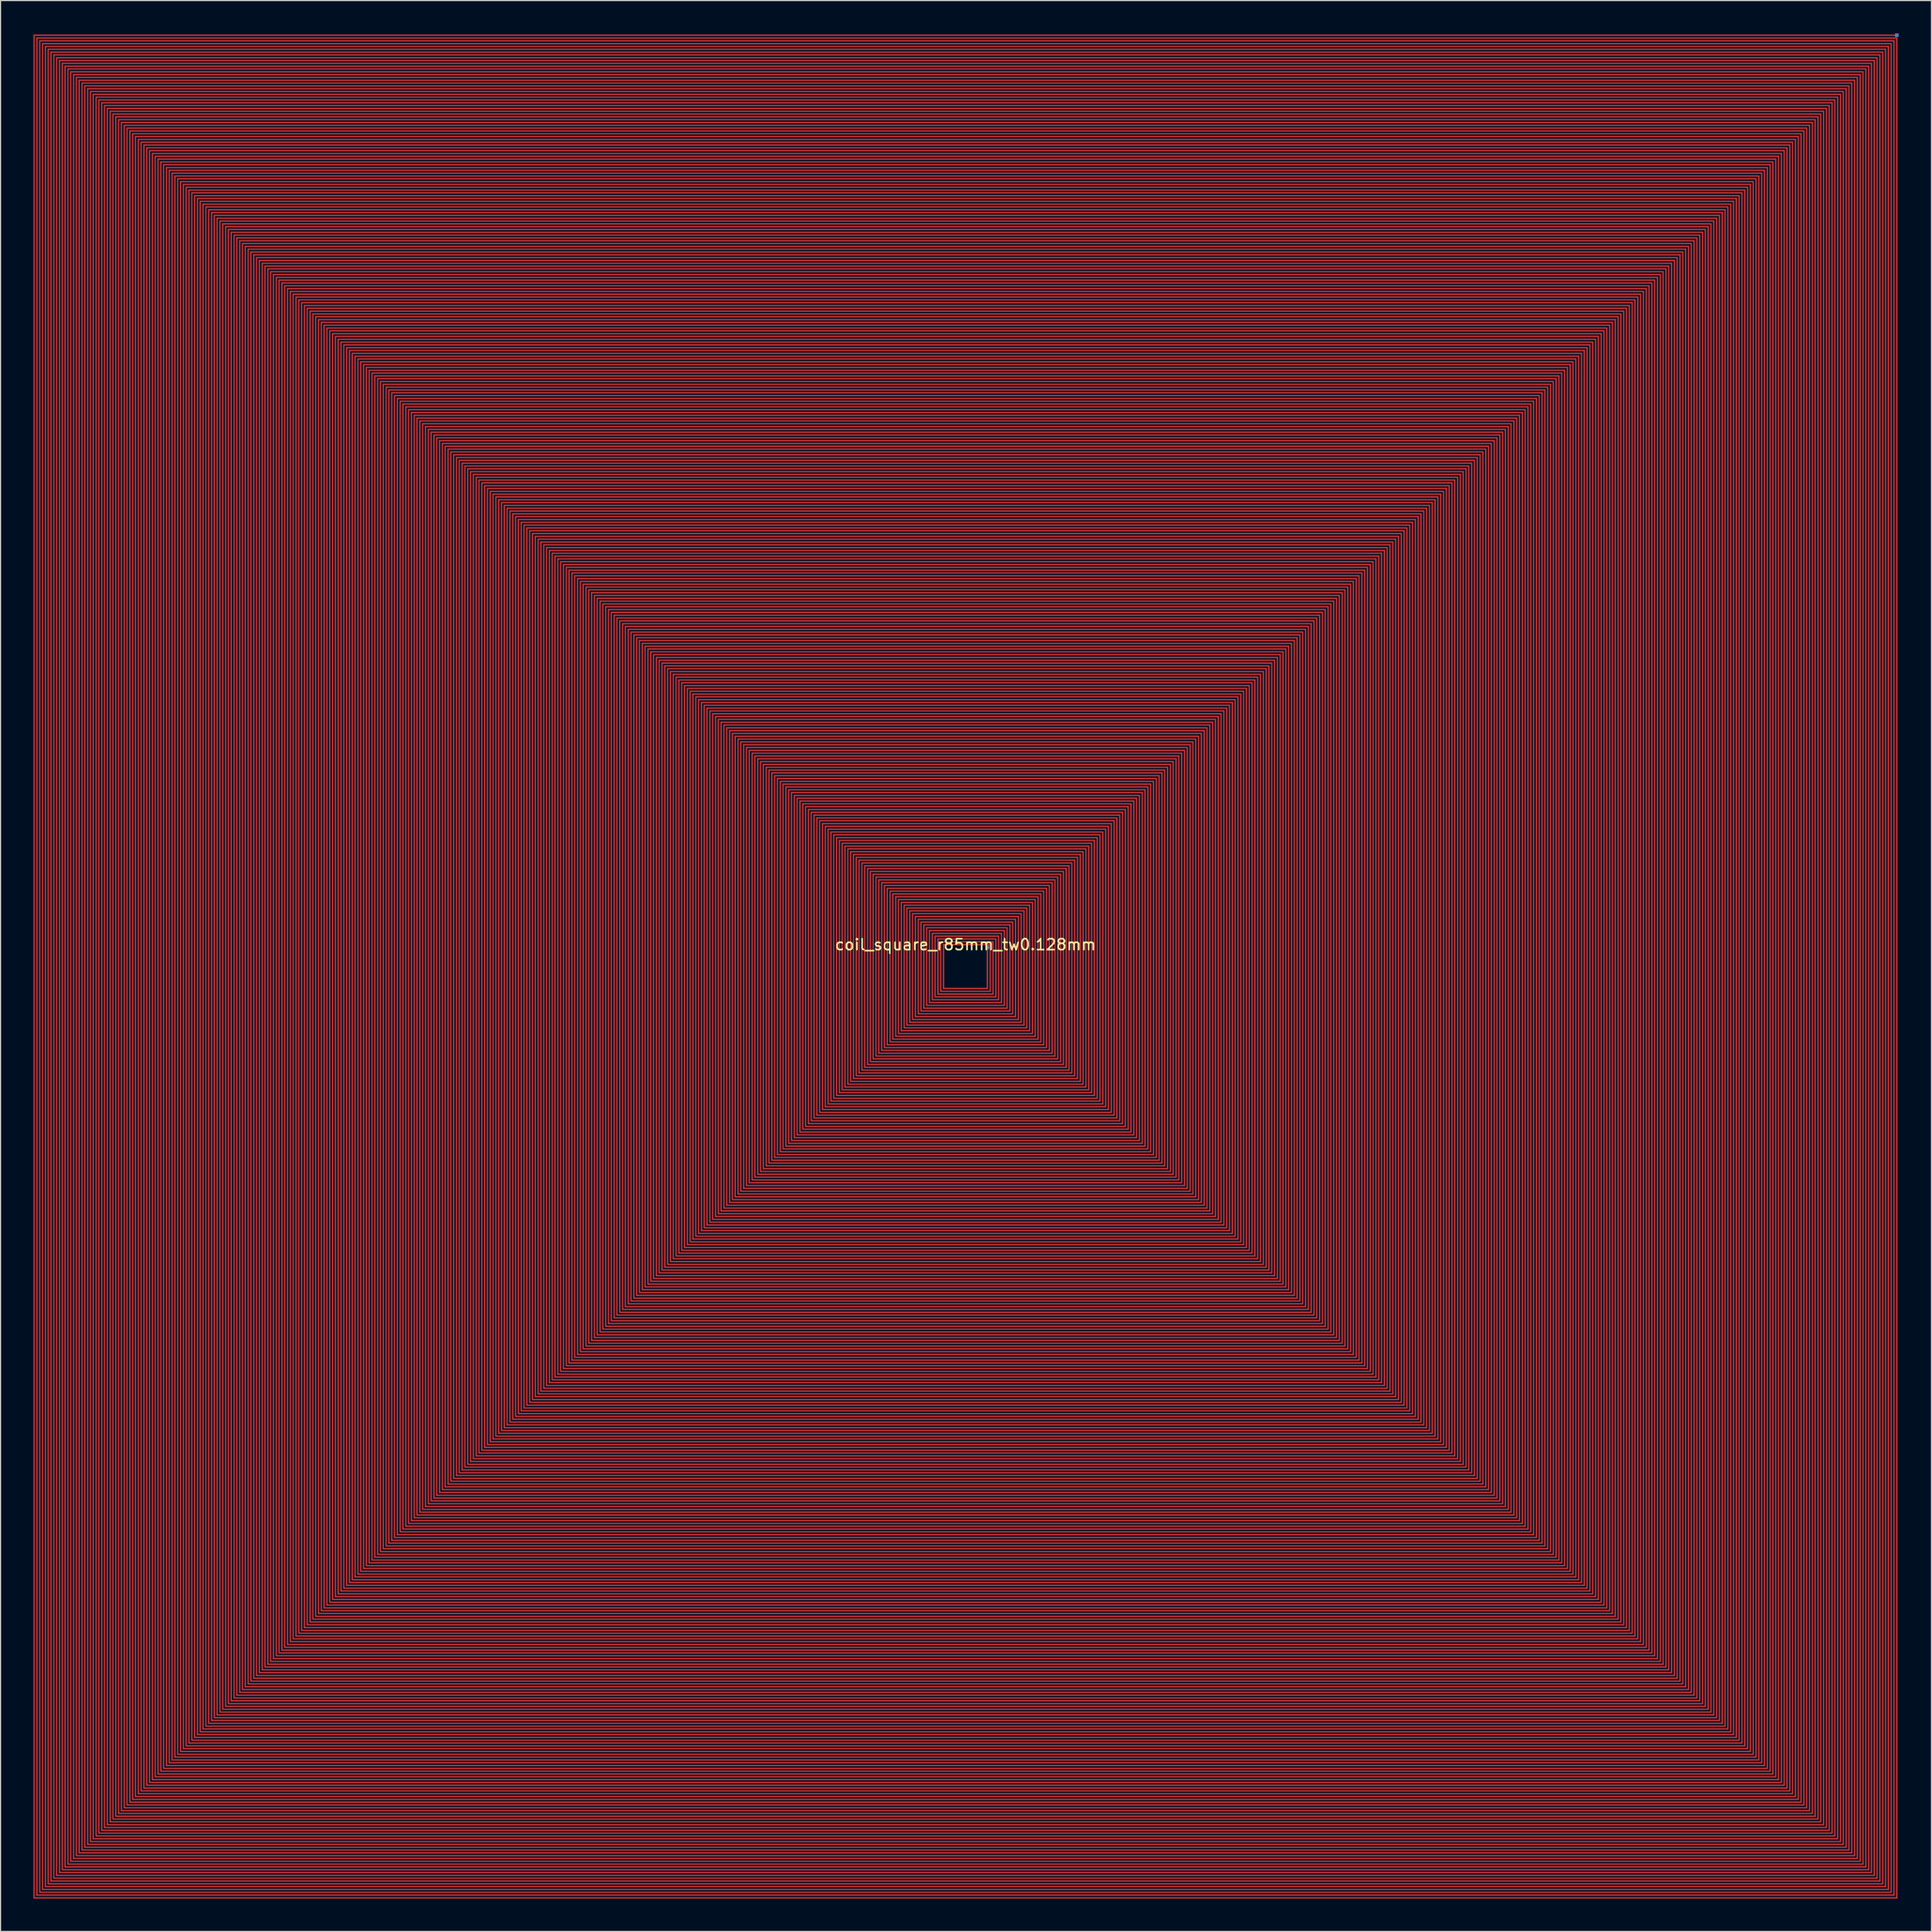
<source format=kicad_pcb>
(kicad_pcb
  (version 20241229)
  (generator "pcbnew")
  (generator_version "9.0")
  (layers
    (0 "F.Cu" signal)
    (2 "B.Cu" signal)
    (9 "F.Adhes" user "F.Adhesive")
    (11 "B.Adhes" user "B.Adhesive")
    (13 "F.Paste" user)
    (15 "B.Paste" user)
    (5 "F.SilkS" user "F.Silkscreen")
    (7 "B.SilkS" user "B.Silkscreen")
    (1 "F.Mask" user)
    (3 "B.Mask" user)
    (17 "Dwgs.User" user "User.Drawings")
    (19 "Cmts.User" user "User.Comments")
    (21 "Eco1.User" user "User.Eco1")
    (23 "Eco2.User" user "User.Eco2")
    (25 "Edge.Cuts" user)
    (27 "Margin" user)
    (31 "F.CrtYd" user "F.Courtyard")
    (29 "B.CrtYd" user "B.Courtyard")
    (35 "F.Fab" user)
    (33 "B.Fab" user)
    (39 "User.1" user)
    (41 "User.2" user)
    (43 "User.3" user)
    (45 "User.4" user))
  (footprint "coil_square_r85mm_tw0.128mm"
    (layer "F.Cu")
    (at 85.064 85.163)
    (property "Reference" "coil_square_r85mm_tw0.128mm" (at 0 -2 0) (layer "F.SilkS") (effects (font (size 1 1) (thickness 0.15))))
    (attr through_hole)
    (fp_line (start -85 -85) (end -85 85) (stroke (width 0.128) (type solid)) (layer "F.Cu"))
    (fp_line (start -85 85) (end 85 85) (stroke (width 0.128) (type solid)) (layer "F.Cu"))
    (fp_line (start -84.743 -84.743) (end -84.743 84.743) (stroke (width 0.128) (type solid)) (layer "F.Cu"))
    (fp_line (start -84.743 84.743) (end 84.743 84.743) (stroke (width 0.128) (type solid)) (layer "F.Cu"))
    (fp_line (start -84.486 -84.486) (end -84.486 84.486) (stroke (width 0.128) (type solid)) (layer "F.Cu"))
    (fp_line (start -84.486 84.486) (end 84.486 84.486) (stroke (width 0.128) (type solid)) (layer "F.Cu"))
    (fp_line (start -84.229 -84.229) (end -84.229 84.229) (stroke (width 0.128) (type solid)) (layer "F.Cu"))
    (fp_line (start -84.229 84.229) (end 84.229 84.229) (stroke (width 0.128) (type solid)) (layer "F.Cu"))
    (fp_line (start -83.972 -83.972) (end -83.972 83.972) (stroke (width 0.128) (type solid)) (layer "F.Cu"))
    (fp_line (start -83.972 83.972) (end 83.972 83.972) (stroke (width 0.128) (type solid)) (layer "F.Cu"))
    (fp_line (start -83.715 -83.715) (end -83.715 83.715) (stroke (width 0.128) (type solid)) (layer "F.Cu"))
    (fp_line (start -83.715 83.715) (end 83.715 83.715) (stroke (width 0.128) (type solid)) (layer "F.Cu"))
    (fp_line (start -83.458 -83.458) (end -83.458 83.458) (stroke (width 0.128) (type solid)) (layer "F.Cu"))
    (fp_line (start -83.458 83.458) (end 83.458 83.458) (stroke (width 0.128) (type solid)) (layer "F.Cu"))
    (fp_line (start -83.201 -83.201) (end -83.201 83.201) (stroke (width 0.128) (type solid)) (layer "F.Cu"))
    (fp_line (start -83.201 83.201) (end 83.201 83.201) (stroke (width 0.128) (type solid)) (layer "F.Cu"))
    (fp_line (start -82.944 -82.944) (end -82.944 82.944) (stroke (width 0.128) (type solid)) (layer "F.Cu"))
    (fp_line (start -82.944 82.944) (end 82.944 82.944) (stroke (width 0.128) (type solid)) (layer "F.Cu"))
    (fp_line (start -82.687 -82.687) (end -82.687 82.687) (stroke (width 0.128) (type solid)) (layer "F.Cu"))
    (fp_line (start -82.687 82.687) (end 82.687 82.687) (stroke (width 0.128) (type solid)) (layer "F.Cu"))
    (fp_line (start -82.43 -82.43) (end -82.43 82.43) (stroke (width 0.128) (type solid)) (layer "F.Cu"))
    (fp_line (start -82.43 82.43) (end 82.43 82.43) (stroke (width 0.128) (type solid)) (layer "F.Cu"))
    (fp_line (start -82.173 -82.173) (end -82.173 82.173) (stroke (width 0.128) (type solid)) (layer "F.Cu"))
    (fp_line (start -82.173 82.173) (end 82.173 82.173) (stroke (width 0.128) (type solid)) (layer "F.Cu"))
    (fp_line (start -81.916 -81.916) (end -81.916 81.916) (stroke (width 0.128) (type solid)) (layer "F.Cu"))
    (fp_line (start -81.916 81.916) (end 81.916 81.916) (stroke (width 0.128) (type solid)) (layer "F.Cu"))
    (fp_line (start -81.659 -81.659) (end -81.659 81.659) (stroke (width 0.128) (type solid)) (layer "F.Cu"))
    (fp_line (start -81.659 81.659) (end 81.659 81.659) (stroke (width 0.128) (type solid)) (layer "F.Cu"))
    (fp_line (start -81.402 -81.402) (end -81.402 81.402) (stroke (width 0.128) (type solid)) (layer "F.Cu"))
    (fp_line (start -81.402 81.402) (end 81.402 81.402) (stroke (width 0.128) (type solid)) (layer "F.Cu"))
    (fp_line (start -81.146 -81.146) (end -81.146 81.146) (stroke (width 0.128) (type solid)) (layer "F.Cu"))
    (fp_line (start -81.146 81.146) (end 81.146 81.146) (stroke (width 0.128) (type solid)) (layer "F.Cu"))
    (fp_line (start -80.889 -80.889) (end -80.889 80.889) (stroke (width 0.128) (type solid)) (layer "F.Cu"))
    (fp_line (start -80.889 80.889) (end 80.889 80.889) (stroke (width 0.128) (type solid)) (layer "F.Cu"))
    (fp_line (start -80.632 -80.632) (end -80.632 80.632) (stroke (width 0.128) (type solid)) (layer "F.Cu"))
    (fp_line (start -80.632 80.632) (end 80.632 80.632) (stroke (width 0.128) (type solid)) (layer "F.Cu"))
    (fp_line (start -80.375 -80.375) (end -80.375 80.375) (stroke (width 0.128) (type solid)) (layer "F.Cu"))
    (fp_line (start -80.375 80.375) (end 80.375 80.375) (stroke (width 0.128) (type solid)) (layer "F.Cu"))
    (fp_line (start -80.118 -80.118) (end -80.118 80.118) (stroke (width 0.128) (type solid)) (layer "F.Cu"))
    (fp_line (start -80.118 80.118) (end 80.118 80.118) (stroke (width 0.128) (type solid)) (layer "F.Cu"))
    (fp_line (start -79.861 -79.861) (end -79.861 79.861) (stroke (width 0.128) (type solid)) (layer "F.Cu"))
    (fp_line (start -79.861 79.861) (end 79.861 79.861) (stroke (width 0.128) (type solid)) (layer "F.Cu"))
    (fp_line (start -79.604 -79.604) (end -79.604 79.604) (stroke (width 0.128) (type solid)) (layer "F.Cu"))
    (fp_line (start -79.604 79.604) (end 79.604 79.604) (stroke (width 0.128) (type solid)) (layer "F.Cu"))
    (fp_line (start -79.347 -79.347) (end -79.347 79.347) (stroke (width 0.128) (type solid)) (layer "F.Cu"))
    (fp_line (start -79.347 79.347) (end 79.347 79.347) (stroke (width 0.128) (type solid)) (layer "F.Cu"))
    (fp_line (start -79.09 -79.09) (end -79.09 79.09) (stroke (width 0.128) (type solid)) (layer "F.Cu"))
    (fp_line (start -79.09 79.09) (end 79.09 79.09) (stroke (width 0.128) (type solid)) (layer "F.Cu"))
    (fp_line (start -78.833 -78.833) (end -78.833 78.833) (stroke (width 0.128) (type solid)) (layer "F.Cu"))
    (fp_line (start -78.833 78.833) (end 78.833 78.833) (stroke (width 0.128) (type solid)) (layer "F.Cu"))
    (fp_line (start -78.576 -78.576) (end -78.576 78.576) (stroke (width 0.128) (type solid)) (layer "F.Cu"))
    (fp_line (start -78.576 78.576) (end 78.576 78.576) (stroke (width 0.128) (type solid)) (layer "F.Cu"))
    (fp_line (start -78.319 -78.319) (end -78.319 78.319) (stroke (width 0.128) (type solid)) (layer "F.Cu"))
    (fp_line (start -78.319 78.319) (end 78.319 78.319) (stroke (width 0.128) (type solid)) (layer "F.Cu"))
    (fp_line (start -78.062 -78.062) (end -78.062 78.062) (stroke (width 0.128) (type solid)) (layer "F.Cu"))
    (fp_line (start -78.062 78.062) (end 78.062 78.062) (stroke (width 0.128) (type solid)) (layer "F.Cu"))
    (fp_line (start -77.805 -77.805) (end -77.805 77.805) (stroke (width 0.128) (type solid)) (layer "F.Cu"))
    (fp_line (start -77.805 77.805) (end 77.805 77.805) (stroke (width 0.128) (type solid)) (layer "F.Cu"))
    (fp_line (start -77.548 -77.548) (end -77.548 77.548) (stroke (width 0.128) (type solid)) (layer "F.Cu"))
    (fp_line (start -77.548 77.548) (end 77.548 77.548) (stroke (width 0.128) (type solid)) (layer "F.Cu"))
    (fp_line (start -77.291 -77.291) (end -77.291 77.291) (stroke (width 0.128) (type solid)) (layer "F.Cu"))
    (fp_line (start -77.291 77.291) (end 77.291 77.291) (stroke (width 0.128) (type solid)) (layer "F.Cu"))
    (fp_line (start -77.034 -77.034) (end -77.034 77.034) (stroke (width 0.128) (type solid)) (layer "F.Cu"))
    (fp_line (start -77.034 77.034) (end 77.034 77.034) (stroke (width 0.128) (type solid)) (layer "F.Cu"))
    (fp_line (start -76.777 -76.777) (end -76.777 76.777) (stroke (width 0.128) (type solid)) (layer "F.Cu"))
    (fp_line (start -76.777 76.777) (end 76.777 76.777) (stroke (width 0.128) (type solid)) (layer "F.Cu"))
    (fp_line (start -76.52 -76.52) (end -76.52 76.52) (stroke (width 0.128) (type solid)) (layer "F.Cu"))
    (fp_line (start -76.52 76.52) (end 76.52 76.52) (stroke (width 0.128) (type solid)) (layer "F.Cu"))
    (fp_line (start -76.263 -76.263) (end -76.263 76.263) (stroke (width 0.128) (type solid)) (layer "F.Cu"))
    (fp_line (start -76.263 76.263) (end 76.263 76.263) (stroke (width 0.128) (type solid)) (layer "F.Cu"))
    (fp_line (start -76.006 -76.006) (end -76.006 76.006) (stroke (width 0.128) (type solid)) (layer "F.Cu"))
    (fp_line (start -76.006 76.006) (end 76.006 76.006) (stroke (width 0.128) (type solid)) (layer "F.Cu"))
    (fp_line (start -75.749 -75.749) (end -75.749 75.749) (stroke (width 0.128) (type solid)) (layer "F.Cu"))
    (fp_line (start -75.749 75.749) (end 75.749 75.749) (stroke (width 0.128) (type solid)) (layer "F.Cu"))
    (fp_line (start -75.492 -75.492) (end -75.492 75.492) (stroke (width 0.128) (type solid)) (layer "F.Cu"))
    (fp_line (start -75.492 75.492) (end 75.492 75.492) (stroke (width 0.128) (type solid)) (layer "F.Cu"))
    (fp_line (start -75.235 -75.235) (end -75.235 75.235) (stroke (width 0.128) (type solid)) (layer "F.Cu"))
    (fp_line (start -75.235 75.235) (end 75.235 75.235) (stroke (width 0.128) (type solid)) (layer "F.Cu"))
    (fp_line (start -74.978 -74.978) (end -74.978 74.978) (stroke (width 0.128) (type solid)) (layer "F.Cu"))
    (fp_line (start -74.978 74.978) (end 74.978 74.978) (stroke (width 0.128) (type solid)) (layer "F.Cu"))
    (fp_line (start -74.721 -74.721) (end -74.721 74.721) (stroke (width 0.128) (type solid)) (layer "F.Cu"))
    (fp_line (start -74.721 74.721) (end 74.721 74.721) (stroke (width 0.128) (type solid)) (layer "F.Cu"))
    (fp_line (start -74.464 -74.464) (end -74.464 74.464) (stroke (width 0.128) (type solid)) (layer "F.Cu"))
    (fp_line (start -74.464 74.464) (end 74.464 74.464) (stroke (width 0.128) (type solid)) (layer "F.Cu"))
    (fp_line (start -74.207 -74.207) (end -74.207 74.207) (stroke (width 0.128) (type solid)) (layer "F.Cu"))
    (fp_line (start -74.207 74.207) (end 74.207 74.207) (stroke (width 0.128) (type solid)) (layer "F.Cu"))
    (fp_line (start -73.95 -73.95) (end -73.95 73.95) (stroke (width 0.128) (type solid)) (layer "F.Cu"))
    (fp_line (start -73.95 73.95) (end 73.95 73.95) (stroke (width 0.128) (type solid)) (layer "F.Cu"))
    (fp_line (start -73.693 -73.693) (end -73.693 73.693) (stroke (width 0.128) (type solid)) (layer "F.Cu"))
    (fp_line (start -73.693 73.693) (end 73.693 73.693) (stroke (width 0.128) (type solid)) (layer "F.Cu"))
    (fp_line (start -73.437 -73.437) (end -73.437 73.437) (stroke (width 0.128) (type solid)) (layer "F.Cu"))
    (fp_line (start -73.437 73.437) (end 73.437 73.437) (stroke (width 0.128) (type solid)) (layer "F.Cu"))
    (fp_line (start -73.18 -73.18) (end -73.18 73.18) (stroke (width 0.128) (type solid)) (layer "F.Cu"))
    (fp_line (start -73.18 73.18) (end 73.18 73.18) (stroke (width 0.128) (type solid)) (layer "F.Cu"))
    (fp_line (start -72.923 -72.923) (end -72.923 72.923) (stroke (width 0.128) (type solid)) (layer "F.Cu"))
    (fp_line (start -72.923 72.923) (end 72.923 72.923) (stroke (width 0.128) (type solid)) (layer "F.Cu"))
    (fp_line (start -72.666 -72.666) (end -72.666 72.666) (stroke (width 0.128) (type solid)) (layer "F.Cu"))
    (fp_line (start -72.666 72.666) (end 72.666 72.666) (stroke (width 0.128) (type solid)) (layer "F.Cu"))
    (fp_line (start -72.409 -72.409) (end -72.409 72.409) (stroke (width 0.128) (type solid)) (layer "F.Cu"))
    (fp_line (start -72.409 72.409) (end 72.409 72.409) (stroke (width 0.128) (type solid)) (layer "F.Cu"))
    (fp_line (start -72.152 -72.152) (end -72.152 72.152) (stroke (width 0.128) (type solid)) (layer "F.Cu"))
    (fp_line (start -72.152 72.152) (end 72.152 72.152) (stroke (width 0.128) (type solid)) (layer "F.Cu"))
    (fp_line (start -71.895 -71.895) (end -71.895 71.895) (stroke (width 0.128) (type solid)) (layer "F.Cu"))
    (fp_line (start -71.895 71.895) (end 71.895 71.895) (stroke (width 0.128) (type solid)) (layer "F.Cu"))
    (fp_line (start -71.638 -71.638) (end -71.638 71.638) (stroke (width 0.128) (type solid)) (layer "F.Cu"))
    (fp_line (start -71.638 71.638) (end 71.638 71.638) (stroke (width 0.128) (type solid)) (layer "F.Cu"))
    (fp_line (start -71.381 -71.381) (end -71.381 71.381) (stroke (width 0.128) (type solid)) (layer "F.Cu"))
    (fp_line (start -71.381 71.381) (end 71.381 71.381) (stroke (width 0.128) (type solid)) (layer "F.Cu"))
    (fp_line (start -71.124 -71.124) (end -71.124 71.124) (stroke (width 0.128) (type solid)) (layer "F.Cu"))
    (fp_line (start -71.124 71.124) (end 71.124 71.124) (stroke (width 0.128) (type solid)) (layer "F.Cu"))
    (fp_line (start -70.867 -70.867) (end -70.867 70.867) (stroke (width 0.128) (type solid)) (layer "F.Cu"))
    (fp_line (start -70.867 70.867) (end 70.867 70.867) (stroke (width 0.128) (type solid)) (layer "F.Cu"))
    (fp_line (start -70.61 -70.61) (end -70.61 70.61) (stroke (width 0.128) (type solid)) (layer "F.Cu"))
    (fp_line (start -70.61 70.61) (end 70.61 70.61) (stroke (width 0.128) (type solid)) (layer "F.Cu"))
    (fp_line (start -70.353 -70.353) (end -70.353 70.353) (stroke (width 0.128) (type solid)) (layer "F.Cu"))
    (fp_line (start -70.353 70.353) (end 70.353 70.353) (stroke (width 0.128) (type solid)) (layer "F.Cu"))
    (fp_line (start -70.096 -70.096) (end -70.096 70.096) (stroke (width 0.128) (type solid)) (layer "F.Cu"))
    (fp_line (start -70.096 70.096) (end 70.096 70.096) (stroke (width 0.128) (type solid)) (layer "F.Cu"))
    (fp_line (start -69.839 -69.839) (end -69.839 69.839) (stroke (width 0.128) (type solid)) (layer "F.Cu"))
    (fp_line (start -69.839 69.839) (end 69.839 69.839) (stroke (width 0.128) (type solid)) (layer "F.Cu"))
    (fp_line (start -69.582 -69.582) (end -69.582 69.582) (stroke (width 0.128) (type solid)) (layer "F.Cu"))
    (fp_line (start -69.582 69.582) (end 69.582 69.582) (stroke (width 0.128) (type solid)) (layer "F.Cu"))
    (fp_line (start -69.325 -69.325) (end -69.325 69.325) (stroke (width 0.128) (type solid)) (layer "F.Cu"))
    (fp_line (start -69.325 69.325) (end 69.325 69.325) (stroke (width 0.128) (type solid)) (layer "F.Cu"))
    (fp_line (start -69.068 -69.068) (end -69.068 69.068) (stroke (width 0.128) (type solid)) (layer "F.Cu"))
    (fp_line (start -69.068 69.068) (end 69.068 69.068) (stroke (width 0.128) (type solid)) (layer "F.Cu"))
    (fp_line (start -68.811 -68.811) (end -68.811 68.811) (stroke (width 0.128) (type solid)) (layer "F.Cu"))
    (fp_line (start -68.811 68.811) (end 68.811 68.811) (stroke (width 0.128) (type solid)) (layer "F.Cu"))
    (fp_line (start -68.554 -68.554) (end -68.554 68.554) (stroke (width 0.128) (type solid)) (layer "F.Cu"))
    (fp_line (start -68.554 68.554) (end 68.554 68.554) (stroke (width 0.128) (type solid)) (layer "F.Cu"))
    (fp_line (start -68.297 -68.297) (end -68.297 68.297) (stroke (width 0.128) (type solid)) (layer "F.Cu"))
    (fp_line (start -68.297 68.297) (end 68.297 68.297) (stroke (width 0.128) (type solid)) (layer "F.Cu"))
    (fp_line (start -68.04 -68.04) (end -68.04 68.04) (stroke (width 0.128) (type solid)) (layer "F.Cu"))
    (fp_line (start -68.04 68.04) (end 68.04 68.04) (stroke (width 0.128) (type solid)) (layer "F.Cu"))
    (fp_line (start -67.783 -67.783) (end -67.783 67.783) (stroke (width 0.128) (type solid)) (layer "F.Cu"))
    (fp_line (start -67.783 67.783) (end 67.783 67.783) (stroke (width 0.128) (type solid)) (layer "F.Cu"))
    (fp_line (start -67.526 -67.526) (end -67.526 67.526) (stroke (width 0.128) (type solid)) (layer "F.Cu"))
    (fp_line (start -67.526 67.526) (end 67.526 67.526) (stroke (width 0.128) (type solid)) (layer "F.Cu"))
    (fp_line (start -67.269 -67.269) (end -67.269 67.269) (stroke (width 0.128) (type solid)) (layer "F.Cu"))
    (fp_line (start -67.269 67.269) (end 67.269 67.269) (stroke (width 0.128) (type solid)) (layer "F.Cu"))
    (fp_line (start -67.012 -67.012) (end -67.012 67.012) (stroke (width 0.128) (type solid)) (layer "F.Cu"))
    (fp_line (start -67.012 67.012) (end 67.012 67.012) (stroke (width 0.128) (type solid)) (layer "F.Cu"))
    (fp_line (start -66.755 -66.755) (end -66.755 66.755) (stroke (width 0.128) (type solid)) (layer "F.Cu"))
    (fp_line (start -66.755 66.755) (end 66.755 66.755) (stroke (width 0.128) (type solid)) (layer "F.Cu"))
    (fp_line (start -66.498 -66.498) (end -66.498 66.498) (stroke (width 0.128) (type solid)) (layer "F.Cu"))
    (fp_line (start -66.498 66.498) (end 66.498 66.498) (stroke (width 0.128) (type solid)) (layer "F.Cu"))
    (fp_line (start -66.241 -66.241) (end -66.241 66.241) (stroke (width 0.128) (type solid)) (layer "F.Cu"))
    (fp_line (start -66.241 66.241) (end 66.241 66.241) (stroke (width 0.128) (type solid)) (layer "F.Cu"))
    (fp_line (start -65.985 -65.985) (end -65.985 65.985) (stroke (width 0.128) (type solid)) (layer "F.Cu"))
    (fp_line (start -65.985 65.985) (end 65.985 65.985) (stroke (width 0.128) (type solid)) (layer "F.Cu"))
    (fp_line (start -65.728 -65.728) (end -65.728 65.728) (stroke (width 0.128) (type solid)) (layer "F.Cu"))
    (fp_line (start -65.728 65.728) (end 65.728 65.728) (stroke (width 0.128) (type solid)) (layer "F.Cu"))
    (fp_line (start -65.471 -65.471) (end -65.471 65.471) (stroke (width 0.128) (type solid)) (layer "F.Cu"))
    (fp_line (start -65.471 65.471) (end 65.471 65.471) (stroke (width 0.128) (type solid)) (layer "F.Cu"))
    (fp_line (start -65.214 -65.214) (end -65.214 65.214) (stroke (width 0.128) (type solid)) (layer "F.Cu"))
    (fp_line (start -65.214 65.214) (end 65.214 65.214) (stroke (width 0.128) (type solid)) (layer "F.Cu"))
    (fp_line (start -64.957 -64.957) (end -64.957 64.957) (stroke (width 0.128) (type solid)) (layer "F.Cu"))
    (fp_line (start -64.957 64.957) (end 64.957 64.957) (stroke (width 0.128) (type solid)) (layer "F.Cu"))
    (fp_line (start -64.7 -64.7) (end -64.7 64.7) (stroke (width 0.128) (type solid)) (layer "F.Cu"))
    (fp_line (start -64.7 64.7) (end 64.7 64.7) (stroke (width 0.128) (type solid)) (layer "F.Cu"))
    (fp_line (start -64.443 -64.443) (end -64.443 64.443) (stroke (width 0.128) (type solid)) (layer "F.Cu"))
    (fp_line (start -64.443 64.443) (end 64.443 64.443) (stroke (width 0.128) (type solid)) (layer "F.Cu"))
    (fp_line (start -64.186 -64.186) (end -64.186 64.186) (stroke (width 0.128) (type solid)) (layer "F.Cu"))
    (fp_line (start -64.186 64.186) (end 64.186 64.186) (stroke (width 0.128) (type solid)) (layer "F.Cu"))
    (fp_line (start -63.929 -63.929) (end -63.929 63.929) (stroke (width 0.128) (type solid)) (layer "F.Cu"))
    (fp_line (start -63.929 63.929) (end 63.929 63.929) (stroke (width 0.128) (type solid)) (layer "F.Cu"))
    (fp_line (start -63.672 -63.672) (end -63.672 63.672) (stroke (width 0.128) (type solid)) (layer "F.Cu"))
    (fp_line (start -63.672 63.672) (end 63.672 63.672) (stroke (width 0.128) (type solid)) (layer "F.Cu"))
    (fp_line (start -63.415 -63.415) (end -63.415 63.415) (stroke (width 0.128) (type solid)) (layer "F.Cu"))
    (fp_line (start -63.415 63.415) (end 63.415 63.415) (stroke (width 0.128) (type solid)) (layer "F.Cu"))
    (fp_line (start -63.158 -63.158) (end -63.158 63.158) (stroke (width 0.128) (type solid)) (layer "F.Cu"))
    (fp_line (start -63.158 63.158) (end 63.158 63.158) (stroke (width 0.128) (type solid)) (layer "F.Cu"))
    (fp_line (start -62.901 -62.901) (end -62.901 62.901) (stroke (width 0.128) (type solid)) (layer "F.Cu"))
    (fp_line (start -62.901 62.901) (end 62.901 62.901) (stroke (width 0.128) (type solid)) (layer "F.Cu"))
    (fp_line (start -62.644 -62.644) (end -62.644 62.644) (stroke (width 0.128) (type solid)) (layer "F.Cu"))
    (fp_line (start -62.644 62.644) (end 62.644 62.644) (stroke (width 0.128) (type solid)) (layer "F.Cu"))
    (fp_line (start -62.387 -62.387) (end -62.387 62.387) (stroke (width 0.128) (type solid)) (layer "F.Cu"))
    (fp_line (start -62.387 62.387) (end 62.387 62.387) (stroke (width 0.128) (type solid)) (layer "F.Cu"))
    (fp_line (start -62.13 -62.13) (end -62.13 62.13) (stroke (width 0.128) (type solid)) (layer "F.Cu"))
    (fp_line (start -62.13 62.13) (end 62.13 62.13) (stroke (width 0.128) (type solid)) (layer "F.Cu"))
    (fp_line (start -61.873 -61.873) (end -61.873 61.873) (stroke (width 0.128) (type solid)) (layer "F.Cu"))
    (fp_line (start -61.873 61.873) (end 61.873 61.873) (stroke (width 0.128) (type solid)) (layer "F.Cu"))
    (fp_line (start -61.616 -61.616) (end -61.616 61.616) (stroke (width 0.128) (type solid)) (layer "F.Cu"))
    (fp_line (start -61.616 61.616) (end 61.616 61.616) (stroke (width 0.128) (type solid)) (layer "F.Cu"))
    (fp_line (start -61.359 -61.359) (end -61.359 61.359) (stroke (width 0.128) (type solid)) (layer "F.Cu"))
    (fp_line (start -61.359 61.359) (end 61.359 61.359) (stroke (width 0.128) (type solid)) (layer "F.Cu"))
    (fp_line (start -61.102 -61.102) (end -61.102 61.102) (stroke (width 0.128) (type solid)) (layer "F.Cu"))
    (fp_line (start -61.102 61.102) (end 61.102 61.102) (stroke (width 0.128) (type solid)) (layer "F.Cu"))
    (fp_line (start -60.845 -60.845) (end -60.845 60.845) (stroke (width 0.128) (type solid)) (layer "F.Cu"))
    (fp_line (start -60.845 60.845) (end 60.845 60.845) (stroke (width 0.128) (type solid)) (layer "F.Cu"))
    (fp_line (start -60.588 -60.588) (end -60.588 60.588) (stroke (width 0.128) (type solid)) (layer "F.Cu"))
    (fp_line (start -60.588 60.588) (end 60.588 60.588) (stroke (width 0.128) (type solid)) (layer "F.Cu"))
    (fp_line (start -60.331 -60.331) (end -60.331 60.331) (stroke (width 0.128) (type solid)) (layer "F.Cu"))
    (fp_line (start -60.331 60.331) (end 60.331 60.331) (stroke (width 0.128) (type solid)) (layer "F.Cu"))
    (fp_line (start -60.074 -60.074) (end -60.074 60.074) (stroke (width 0.128) (type solid)) (layer "F.Cu"))
    (fp_line (start -60.074 60.074) (end 60.074 60.074) (stroke (width 0.128) (type solid)) (layer "F.Cu"))
    (fp_line (start -59.817 -59.817) (end -59.817 59.817) (stroke (width 0.128) (type solid)) (layer "F.Cu"))
    (fp_line (start -59.817 59.817) (end 59.817 59.817) (stroke (width 0.128) (type solid)) (layer "F.Cu"))
    (fp_line (start -59.56 -59.56) (end -59.56 59.56) (stroke (width 0.128) (type solid)) (layer "F.Cu"))
    (fp_line (start -59.56 59.56) (end 59.56 59.56) (stroke (width 0.128) (type solid)) (layer "F.Cu"))
    (fp_line (start -59.303 -59.303) (end -59.303 59.303) (stroke (width 0.128) (type solid)) (layer "F.Cu"))
    (fp_line (start -59.303 59.303) (end 59.303 59.303) (stroke (width 0.128) (type solid)) (layer "F.Cu"))
    (fp_line (start -59.046 -59.046) (end -59.046 59.046) (stroke (width 0.128) (type solid)) (layer "F.Cu"))
    (fp_line (start -59.046 59.046) (end 59.046 59.046) (stroke (width 0.128) (type solid)) (layer "F.Cu"))
    (fp_line (start -58.789 -58.789) (end -58.789 58.789) (stroke (width 0.128) (type solid)) (layer "F.Cu"))
    (fp_line (start -58.789 58.789) (end 58.789 58.789) (stroke (width 0.128) (type solid)) (layer "F.Cu"))
    (fp_line (start -58.533 -58.533) (end -58.533 58.533) (stroke (width 0.128) (type solid)) (layer "F.Cu"))
    (fp_line (start -58.533 58.533) (end 58.533 58.533) (stroke (width 0.128) (type solid)) (layer "F.Cu"))
    (fp_line (start -58.276 -58.276) (end -58.276 58.276) (stroke (width 0.128) (type solid)) (layer "F.Cu"))
    (fp_line (start -58.276 58.276) (end 58.276 58.276) (stroke (width 0.128) (type solid)) (layer "F.Cu"))
    (fp_line (start -58.019 -58.019) (end -58.019 58.019) (stroke (width 0.128) (type solid)) (layer "F.Cu"))
    (fp_line (start -58.019 58.019) (end 58.019 58.019) (stroke (width 0.128) (type solid)) (layer "F.Cu"))
    (fp_line (start -57.762 -57.762) (end -57.762 57.762) (stroke (width 0.128) (type solid)) (layer "F.Cu"))
    (fp_line (start -57.762 57.762) (end 57.762 57.762) (stroke (width 0.128) (type solid)) (layer "F.Cu"))
    (fp_line (start -57.505 -57.505) (end -57.505 57.505) (stroke (width 0.128) (type solid)) (layer "F.Cu"))
    (fp_line (start -57.505 57.505) (end 57.505 57.505) (stroke (width 0.128) (type solid)) (layer "F.Cu"))
    (fp_line (start -57.248 -57.248) (end -57.248 57.248) (stroke (width 0.128) (type solid)) (layer "F.Cu"))
    (fp_line (start -57.248 57.248) (end 57.248 57.248) (stroke (width 0.128) (type solid)) (layer "F.Cu"))
    (fp_line (start -56.991 -56.991) (end -56.991 56.991) (stroke (width 0.128) (type solid)) (layer "F.Cu"))
    (fp_line (start -56.991 56.991) (end 56.991 56.991) (stroke (width 0.128) (type solid)) (layer "F.Cu"))
    (fp_line (start -56.734 -56.734) (end -56.734 56.734) (stroke (width 0.128) (type solid)) (layer "F.Cu"))
    (fp_line (start -56.734 56.734) (end 56.734 56.734) (stroke (width 0.128) (type solid)) (layer "F.Cu"))
    (fp_line (start -56.477 -56.477) (end -56.477 56.477) (stroke (width 0.128) (type solid)) (layer "F.Cu"))
    (fp_line (start -56.477 56.477) (end 56.477 56.477) (stroke (width 0.128) (type solid)) (layer "F.Cu"))
    (fp_line (start -56.22 -56.22) (end -56.22 56.22) (stroke (width 0.128) (type solid)) (layer "F.Cu"))
    (fp_line (start -56.22 56.22) (end 56.22 56.22) (stroke (width 0.128) (type solid)) (layer "F.Cu"))
    (fp_line (start -55.963 -55.963) (end -55.963 55.963) (stroke (width 0.128) (type solid)) (layer "F.Cu"))
    (fp_line (start -55.963 55.963) (end 55.963 55.963) (stroke (width 0.128) (type solid)) (layer "F.Cu"))
    (fp_line (start -55.706 -55.706) (end -55.706 55.706) (stroke (width 0.128) (type solid)) (layer "F.Cu"))
    (fp_line (start -55.706 55.706) (end 55.706 55.706) (stroke (width 0.128) (type solid)) (layer "F.Cu"))
    (fp_line (start -55.449 -55.449) (end -55.449 55.449) (stroke (width 0.128) (type solid)) (layer "F.Cu"))
    (fp_line (start -55.449 55.449) (end 55.449 55.449) (stroke (width 0.128) (type solid)) (layer "F.Cu"))
    (fp_line (start -55.192 -55.192) (end -55.192 55.192) (stroke (width 0.128) (type solid)) (layer "F.Cu"))
    (fp_line (start -55.192 55.192) (end 55.192 55.192) (stroke (width 0.128) (type solid)) (layer "F.Cu"))
    (fp_line (start -54.935 -54.935) (end -54.935 54.935) (stroke (width 0.128) (type solid)) (layer "F.Cu"))
    (fp_line (start -54.935 54.935) (end 54.935 54.935) (stroke (width 0.128) (type solid)) (layer "F.Cu"))
    (fp_line (start -54.678 -54.678) (end -54.678 54.678) (stroke (width 0.128) (type solid)) (layer "F.Cu"))
    (fp_line (start -54.678 54.678) (end 54.678 54.678) (stroke (width 0.128) (type solid)) (layer "F.Cu"))
    (fp_line (start -54.421 -54.421) (end -54.421 54.421) (stroke (width 0.128) (type solid)) (layer "F.Cu"))
    (fp_line (start -54.421 54.421) (end 54.421 54.421) (stroke (width 0.128) (type solid)) (layer "F.Cu"))
    (fp_line (start -54.164 -54.164) (end -54.164 54.164) (stroke (width 0.128) (type solid)) (layer "F.Cu"))
    (fp_line (start -54.164 54.164) (end 54.164 54.164) (stroke (width 0.128) (type solid)) (layer "F.Cu"))
    (fp_line (start -53.907 -53.907) (end -53.907 53.907) (stroke (width 0.128) (type solid)) (layer "F.Cu"))
    (fp_line (start -53.907 53.907) (end 53.907 53.907) (stroke (width 0.128) (type solid)) (layer "F.Cu"))
    (fp_line (start -53.65 -53.65) (end -53.65 53.65) (stroke (width 0.128) (type solid)) (layer "F.Cu"))
    (fp_line (start -53.65 53.65) (end 53.65 53.65) (stroke (width 0.128) (type solid)) (layer "F.Cu"))
    (fp_line (start -53.393 -53.393) (end -53.393 53.393) (stroke (width 0.128) (type solid)) (layer "F.Cu"))
    (fp_line (start -53.393 53.393) (end 53.393 53.393) (stroke (width 0.128) (type solid)) (layer "F.Cu"))
    (fp_line (start -53.136 -53.136) (end -53.136 53.136) (stroke (width 0.128) (type solid)) (layer "F.Cu"))
    (fp_line (start -53.136 53.136) (end 53.136 53.136) (stroke (width 0.128) (type solid)) (layer "F.Cu"))
    (fp_line (start -52.879 -52.879) (end -52.879 52.879) (stroke (width 0.128) (type solid)) (layer "F.Cu"))
    (fp_line (start -52.879 52.879) (end 52.879 52.879) (stroke (width 0.128) (type solid)) (layer "F.Cu"))
    (fp_line (start -52.622 -52.622) (end -52.622 52.622) (stroke (width 0.128) (type solid)) (layer "F.Cu"))
    (fp_line (start -52.622 52.622) (end 52.622 52.622) (stroke (width 0.128) (type solid)) (layer "F.Cu"))
    (fp_line (start -52.365 -52.365) (end -52.365 52.365) (stroke (width 0.128) (type solid)) (layer "F.Cu"))
    (fp_line (start -52.365 52.365) (end 52.365 52.365) (stroke (width 0.128) (type solid)) (layer "F.Cu"))
    (fp_line (start -52.108 -52.108) (end -52.108 52.108) (stroke (width 0.128) (type solid)) (layer "F.Cu"))
    (fp_line (start -52.108 52.108) (end 52.108 52.108) (stroke (width 0.128) (type solid)) (layer "F.Cu"))
    (fp_line (start -51.851 -51.851) (end -51.851 51.851) (stroke (width 0.128) (type solid)) (layer "F.Cu"))
    (fp_line (start -51.851 51.851) (end 51.851 51.851) (stroke (width 0.128) (type solid)) (layer "F.Cu"))
    (fp_line (start -51.594 -51.594) (end -51.594 51.594) (stroke (width 0.128) (type solid)) (layer "F.Cu"))
    (fp_line (start -51.594 51.594) (end 51.594 51.594) (stroke (width 0.128) (type solid)) (layer "F.Cu"))
    (fp_line (start -51.337 -51.337) (end -51.337 51.337) (stroke (width 0.128) (type solid)) (layer "F.Cu"))
    (fp_line (start -51.337 51.337) (end 51.337 51.337) (stroke (width 0.128) (type solid)) (layer "F.Cu"))
    (fp_line (start -51.08 -51.08) (end -51.08 51.08) (stroke (width 0.128) (type solid)) (layer "F.Cu"))
    (fp_line (start -51.08 51.08) (end 51.08 51.08) (stroke (width 0.128) (type solid)) (layer "F.Cu"))
    (fp_line (start -50.824 -50.824) (end -50.824 50.824) (stroke (width 0.128) (type solid)) (layer "F.Cu"))
    (fp_line (start -50.824 50.824) (end 50.824 50.824) (stroke (width 0.128) (type solid)) (layer "F.Cu"))
    (fp_line (start -50.567 -50.567) (end -50.567 50.567) (stroke (width 0.128) (type solid)) (layer "F.Cu"))
    (fp_line (start -50.567 50.567) (end 50.567 50.567) (stroke (width 0.128) (type solid)) (layer "F.Cu"))
    (fp_line (start -50.31 -50.31) (end -50.31 50.31) (stroke (width 0.128) (type solid)) (layer "F.Cu"))
    (fp_line (start -50.31 50.31) (end 50.31 50.31) (stroke (width 0.128) (type solid)) (layer "F.Cu"))
    (fp_line (start -50.053 -50.053) (end -50.053 50.053) (stroke (width 0.128) (type solid)) (layer "F.Cu"))
    (fp_line (start -50.053 50.053) (end 50.053 50.053) (stroke (width 0.128) (type solid)) (layer "F.Cu"))
    (fp_line (start -49.796 -49.796) (end -49.796 49.796) (stroke (width 0.128) (type solid)) (layer "F.Cu"))
    (fp_line (start -49.796 49.796) (end 49.796 49.796) (stroke (width 0.128) (type solid)) (layer "F.Cu"))
    (fp_line (start -49.539 -49.539) (end -49.539 49.539) (stroke (width 0.128) (type solid)) (layer "F.Cu"))
    (fp_line (start -49.539 49.539) (end 49.539 49.539) (stroke (width 0.128) (type solid)) (layer "F.Cu"))
    (fp_line (start -49.282 -49.282) (end -49.282 49.282) (stroke (width 0.128) (type solid)) (layer "F.Cu"))
    (fp_line (start -49.282 49.282) (end 49.282 49.282) (stroke (width 0.128) (type solid)) (layer "F.Cu"))
    (fp_line (start -49.025 -49.025) (end -49.025 49.025) (stroke (width 0.128) (type solid)) (layer "F.Cu"))
    (fp_line (start -49.025 49.025) (end 49.025 49.025) (stroke (width 0.128) (type solid)) (layer "F.Cu"))
    (fp_line (start -48.768 -48.768) (end -48.768 48.768) (stroke (width 0.128) (type solid)) (layer "F.Cu"))
    (fp_line (start -48.768 48.768) (end 48.768 48.768) (stroke (width 0.128) (type solid)) (layer "F.Cu"))
    (fp_line (start -48.511 -48.511) (end -48.511 48.511) (stroke (width 0.128) (type solid)) (layer "F.Cu"))
    (fp_line (start -48.511 48.511) (end 48.511 48.511) (stroke (width 0.128) (type solid)) (layer "F.Cu"))
    (fp_line (start -48.254 -48.254) (end -48.254 48.254) (stroke (width 0.128) (type solid)) (layer "F.Cu"))
    (fp_line (start -48.254 48.254) (end 48.254 48.254) (stroke (width 0.128) (type solid)) (layer "F.Cu"))
    (fp_line (start -47.997 -47.997) (end -47.997 47.997) (stroke (width 0.128) (type solid)) (layer "F.Cu"))
    (fp_line (start -47.997 47.997) (end 47.997 47.997) (stroke (width 0.128) (type solid)) (layer "F.Cu"))
    (fp_line (start -47.74 -47.74) (end -47.74 47.74) (stroke (width 0.128) (type solid)) (layer "F.Cu"))
    (fp_line (start -47.74 47.74) (end 47.74 47.74) (stroke (width 0.128) (type solid)) (layer "F.Cu"))
    (fp_line (start -47.483 -47.483) (end -47.483 47.483) (stroke (width 0.128) (type solid)) (layer "F.Cu"))
    (fp_line (start -47.483 47.483) (end 47.483 47.483) (stroke (width 0.128) (type solid)) (layer "F.Cu"))
    (fp_line (start -47.226 -47.226) (end -47.226 47.226) (stroke (width 0.128) (type solid)) (layer "F.Cu"))
    (fp_line (start -47.226 47.226) (end 47.226 47.226) (stroke (width 0.128) (type solid)) (layer "F.Cu"))
    (fp_line (start -46.969 -46.969) (end -46.969 46.969) (stroke (width 0.128) (type solid)) (layer "F.Cu"))
    (fp_line (start -46.969 46.969) (end 46.969 46.969) (stroke (width 0.128) (type solid)) (layer "F.Cu"))
    (fp_line (start -46.712 -46.712) (end -46.712 46.712) (stroke (width 0.128) (type solid)) (layer "F.Cu"))
    (fp_line (start -46.712 46.712) (end 46.712 46.712) (stroke (width 0.128) (type solid)) (layer "F.Cu"))
    (fp_line (start -46.455 -46.455) (end -46.455 46.455) (stroke (width 0.128) (type solid)) (layer "F.Cu"))
    (fp_line (start -46.455 46.455) (end 46.455 46.455) (stroke (width 0.128) (type solid)) (layer "F.Cu"))
    (fp_line (start -46.198 -46.198) (end -46.198 46.198) (stroke (width 0.128) (type solid)) (layer "F.Cu"))
    (fp_line (start -46.198 46.198) (end 46.198 46.198) (stroke (width 0.128) (type solid)) (layer "F.Cu"))
    (fp_line (start -45.941 -45.941) (end -45.941 45.941) (stroke (width 0.128) (type solid)) (layer "F.Cu"))
    (fp_line (start -45.941 45.941) (end 45.941 45.941) (stroke (width 0.128) (type solid)) (layer "F.Cu"))
    (fp_line (start -45.684 -45.684) (end -45.684 45.684) (stroke (width 0.128) (type solid)) (layer "F.Cu"))
    (fp_line (start -45.684 45.684) (end 45.684 45.684) (stroke (width 0.128) (type solid)) (layer "F.Cu"))
    (fp_line (start -45.427 -45.427) (end -45.427 45.427) (stroke (width 0.128) (type solid)) (layer "F.Cu"))
    (fp_line (start -45.427 45.427) (end 45.427 45.427) (stroke (width 0.128) (type solid)) (layer "F.Cu"))
    (fp_line (start -45.17 -45.17) (end -45.17 45.17) (stroke (width 0.128) (type solid)) (layer "F.Cu"))
    (fp_line (start -45.17 45.17) (end 45.17 45.17) (stroke (width 0.128) (type solid)) (layer "F.Cu"))
    (fp_line (start -44.913 -44.913) (end -44.913 44.913) (stroke (width 0.128) (type solid)) (layer "F.Cu"))
    (fp_line (start -44.913 44.913) (end 44.913 44.913) (stroke (width 0.128) (type solid)) (layer "F.Cu"))
    (fp_line (start -44.656 -44.656) (end -44.656 44.656) (stroke (width 0.128) (type solid)) (layer "F.Cu"))
    (fp_line (start -44.656 44.656) (end 44.656 44.656) (stroke (width 0.128) (type solid)) (layer "F.Cu"))
    (fp_line (start -44.399 -44.399) (end -44.399 44.399) (stroke (width 0.128) (type solid)) (layer "F.Cu"))
    (fp_line (start -44.399 44.399) (end 44.399 44.399) (stroke (width 0.128) (type solid)) (layer "F.Cu"))
    (fp_line (start -44.142 -44.142) (end -44.142 44.142) (stroke (width 0.128) (type solid)) (layer "F.Cu"))
    (fp_line (start -44.142 44.142) (end 44.142 44.142) (stroke (width 0.128) (type solid)) (layer "F.Cu"))
    (fp_line (start -43.885 -43.885) (end -43.885 43.885) (stroke (width 0.128) (type solid)) (layer "F.Cu"))
    (fp_line (start -43.885 43.885) (end 43.885 43.885) (stroke (width 0.128) (type solid)) (layer "F.Cu"))
    (fp_line (start -43.628 -43.628) (end -43.628 43.628) (stroke (width 0.128) (type solid)) (layer "F.Cu"))
    (fp_line (start -43.628 43.628) (end 43.628 43.628) (stroke (width 0.128) (type solid)) (layer "F.Cu"))
    (fp_line (start -43.372 -43.372) (end -43.372 43.372) (stroke (width 0.128) (type solid)) (layer "F.Cu"))
    (fp_line (start -43.372 43.372) (end 43.372 43.372) (stroke (width 0.128) (type solid)) (layer "F.Cu"))
    (fp_line (start -43.115 -43.115) (end -43.115 43.115) (stroke (width 0.128) (type solid)) (layer "F.Cu"))
    (fp_line (start -43.115 43.115) (end 43.115 43.115) (stroke (width 0.128) (type solid)) (layer "F.Cu"))
    (fp_line (start -42.858 -42.858) (end -42.858 42.858) (stroke (width 0.128) (type solid)) (layer "F.Cu"))
    (fp_line (start -42.858 42.858) (end 42.858 42.858) (stroke (width 0.128) (type solid)) (layer "F.Cu"))
    (fp_line (start -42.601 -42.601) (end -42.601 42.601) (stroke (width 0.128) (type solid)) (layer "F.Cu"))
    (fp_line (start -42.601 42.601) (end 42.601 42.601) (stroke (width 0.128) (type solid)) (layer "F.Cu"))
    (fp_line (start -42.344 -42.344) (end -42.344 42.344) (stroke (width 0.128) (type solid)) (layer "F.Cu"))
    (fp_line (start -42.344 42.344) (end 42.344 42.344) (stroke (width 0.128) (type solid)) (layer "F.Cu"))
    (fp_line (start -42.087 -42.087) (end -42.087 42.087) (stroke (width 0.128) (type solid)) (layer "F.Cu"))
    (fp_line (start -42.087 42.087) (end 42.087 42.087) (stroke (width 0.128) (type solid)) (layer "F.Cu"))
    (fp_line (start -41.83 -41.83) (end -41.83 41.83) (stroke (width 0.128) (type solid)) (layer "F.Cu"))
    (fp_line (start -41.83 41.83) (end 41.83 41.83) (stroke (width 0.128) (type solid)) (layer "F.Cu"))
    (fp_line (start -41.573 -41.573) (end -41.573 41.573) (stroke (width 0.128) (type solid)) (layer "F.Cu"))
    (fp_line (start -41.573 41.573) (end 41.573 41.573) (stroke (width 0.128) (type solid)) (layer "F.Cu"))
    (fp_line (start -41.316 -41.316) (end -41.316 41.316) (stroke (width 0.128) (type solid)) (layer "F.Cu"))
    (fp_line (start -41.316 41.316) (end 41.316 41.316) (stroke (width 0.128) (type solid)) (layer "F.Cu"))
    (fp_line (start -41.059 -41.059) (end -41.059 41.059) (stroke (width 0.128) (type solid)) (layer "F.Cu"))
    (fp_line (start -41.059 41.059) (end 41.059 41.059) (stroke (width 0.128) (type solid)) (layer "F.Cu"))
    (fp_line (start -40.802 -40.802) (end -40.802 40.802) (stroke (width 0.128) (type solid)) (layer "F.Cu"))
    (fp_line (start -40.802 40.802) (end 40.802 40.802) (stroke (width 0.128) (type solid)) (layer "F.Cu"))
    (fp_line (start -40.545 -40.545) (end -40.545 40.545) (stroke (width 0.128) (type solid)) (layer "F.Cu"))
    (fp_line (start -40.545 40.545) (end 40.545 40.545) (stroke (width 0.128) (type solid)) (layer "F.Cu"))
    (fp_line (start -40.288 -40.288) (end -40.288 40.288) (stroke (width 0.128) (type solid)) (layer "F.Cu"))
    (fp_line (start -40.288 40.288) (end 40.288 40.288) (stroke (width 0.128) (type solid)) (layer "F.Cu"))
    (fp_line (start -40.031 -40.031) (end -40.031 40.031) (stroke (width 0.128) (type solid)) (layer "F.Cu"))
    (fp_line (start -40.031 40.031) (end 40.031 40.031) (stroke (width 0.128) (type solid)) (layer "F.Cu"))
    (fp_line (start -39.774 -39.774) (end -39.774 39.774) (stroke (width 0.128) (type solid)) (layer "F.Cu"))
    (fp_line (start -39.774 39.774) (end 39.774 39.774) (stroke (width 0.128) (type solid)) (layer "F.Cu"))
    (fp_line (start -39.517 -39.517) (end -39.517 39.517) (stroke (width 0.128) (type solid)) (layer "F.Cu"))
    (fp_line (start -39.517 39.517) (end 39.517 39.517) (stroke (width 0.128) (type solid)) (layer "F.Cu"))
    (fp_line (start -39.26 -39.26) (end -39.26 39.26) (stroke (width 0.128) (type solid)) (layer "F.Cu"))
    (fp_line (start -39.26 39.26) (end 39.26 39.26) (stroke (width 0.128) (type solid)) (layer "F.Cu"))
    (fp_line (start -39.003 -39.003) (end -39.003 39.003) (stroke (width 0.128) (type solid)) (layer "F.Cu"))
    (fp_line (start -39.003 39.003) (end 39.003 39.003) (stroke (width 0.128) (type solid)) (layer "F.Cu"))
    (fp_line (start -38.746 -38.746) (end -38.746 38.746) (stroke (width 0.128) (type solid)) (layer "F.Cu"))
    (fp_line (start -38.746 38.746) (end 38.746 38.746) (stroke (width 0.128) (type solid)) (layer "F.Cu"))
    (fp_line (start -38.489 -38.489) (end -38.489 38.489) (stroke (width 0.128) (type solid)) (layer "F.Cu"))
    (fp_line (start -38.489 38.489) (end 38.489 38.489) (stroke (width 0.128) (type solid)) (layer "F.Cu"))
    (fp_line (start -38.232 -38.232) (end -38.232 38.232) (stroke (width 0.128) (type solid)) (layer "F.Cu"))
    (fp_line (start -38.232 38.232) (end 38.232 38.232) (stroke (width 0.128) (type solid)) (layer "F.Cu"))
    (fp_line (start -37.975 -37.975) (end -37.975 37.975) (stroke (width 0.128) (type solid)) (layer "F.Cu"))
    (fp_line (start -37.975 37.975) (end 37.975 37.975) (stroke (width 0.128) (type solid)) (layer "F.Cu"))
    (fp_line (start -37.718 -37.718) (end -37.718 37.718) (stroke (width 0.128) (type solid)) (layer "F.Cu"))
    (fp_line (start -37.718 37.718) (end 37.718 37.718) (stroke (width 0.128) (type solid)) (layer "F.Cu"))
    (fp_line (start -37.461 -37.461) (end -37.461 37.461) (stroke (width 0.128) (type solid)) (layer "F.Cu"))
    (fp_line (start -37.461 37.461) (end 37.461 37.461) (stroke (width 0.128) (type solid)) (layer "F.Cu"))
    (fp_line (start -37.204 -37.204) (end -37.204 37.204) (stroke (width 0.128) (type solid)) (layer "F.Cu"))
    (fp_line (start -37.204 37.204) (end 37.204 37.204) (stroke (width 0.128) (type solid)) (layer "F.Cu"))
    (fp_line (start -36.947 -36.947) (end -36.947 36.947) (stroke (width 0.128) (type solid)) (layer "F.Cu"))
    (fp_line (start -36.947 36.947) (end 36.947 36.947) (stroke (width 0.128) (type solid)) (layer "F.Cu"))
    (fp_line (start -36.69 -36.69) (end -36.69 36.69) (stroke (width 0.128) (type solid)) (layer "F.Cu"))
    (fp_line (start -36.69 36.69) (end 36.69 36.69) (stroke (width 0.128) (type solid)) (layer "F.Cu"))
    (fp_line (start -36.433 -36.433) (end -36.433 36.433) (stroke (width 0.128) (type solid)) (layer "F.Cu"))
    (fp_line (start -36.433 36.433) (end 36.433 36.433) (stroke (width 0.128) (type solid)) (layer "F.Cu"))
    (fp_line (start -36.176 -36.176) (end -36.176 36.176) (stroke (width 0.128) (type solid)) (layer "F.Cu"))
    (fp_line (start -36.176 36.176) (end 36.176 36.176) (stroke (width 0.128) (type solid)) (layer "F.Cu"))
    (fp_line (start -35.92 -35.92) (end -35.92 35.92) (stroke (width 0.128) (type solid)) (layer "F.Cu"))
    (fp_line (start -35.92 35.92) (end 35.92 35.92) (stroke (width 0.128) (type solid)) (layer "F.Cu"))
    (fp_line (start -35.663 -35.663) (end -35.663 35.663) (stroke (width 0.128) (type solid)) (layer "F.Cu"))
    (fp_line (start -35.663 35.663) (end 35.663 35.663) (stroke (width 0.128) (type solid)) (layer "F.Cu"))
    (fp_line (start -35.406 -35.406) (end -35.406 35.406) (stroke (width 0.128) (type solid)) (layer "F.Cu"))
    (fp_line (start -35.406 35.406) (end 35.406 35.406) (stroke (width 0.128) (type solid)) (layer "F.Cu"))
    (fp_line (start -35.149 -35.149) (end -35.149 35.149) (stroke (width 0.128) (type solid)) (layer "F.Cu"))
    (fp_line (start -35.149 35.149) (end 35.149 35.149) (stroke (width 0.128) (type solid)) (layer "F.Cu"))
    (fp_line (start -34.892 -34.892) (end -34.892 34.892) (stroke (width 0.128) (type solid)) (layer "F.Cu"))
    (fp_line (start -34.892 34.892) (end 34.892 34.892) (stroke (width 0.128) (type solid)) (layer "F.Cu"))
    (fp_line (start -34.635 -34.635) (end -34.635 34.635) (stroke (width 0.128) (type solid)) (layer "F.Cu"))
    (fp_line (start -34.635 34.635) (end 34.635 34.635) (stroke (width 0.128) (type solid)) (layer "F.Cu"))
    (fp_line (start -34.378 -34.378) (end -34.378 34.378) (stroke (width 0.128) (type solid)) (layer "F.Cu"))
    (fp_line (start -34.378 34.378) (end 34.378 34.378) (stroke (width 0.128) (type solid)) (layer "F.Cu"))
    (fp_line (start -34.121 -34.121) (end -34.121 34.121) (stroke (width 0.128) (type solid)) (layer "F.Cu"))
    (fp_line (start -34.121 34.121) (end 34.121 34.121) (stroke (width 0.128) (type solid)) (layer "F.Cu"))
    (fp_line (start -33.864 -33.864) (end -33.864 33.864) (stroke (width 0.128) (type solid)) (layer "F.Cu"))
    (fp_line (start -33.864 33.864) (end 33.864 33.864) (stroke (width 0.128) (type solid)) (layer "F.Cu"))
    (fp_line (start -33.607 -33.607) (end -33.607 33.607) (stroke (width 0.128) (type solid)) (layer "F.Cu"))
    (fp_line (start -33.607 33.607) (end 33.607 33.607) (stroke (width 0.128) (type solid)) (layer "F.Cu"))
    (fp_line (start -33.35 -33.35) (end -33.35 33.35) (stroke (width 0.128) (type solid)) (layer "F.Cu"))
    (fp_line (start -33.35 33.35) (end 33.35 33.35) (stroke (width 0.128) (type solid)) (layer "F.Cu"))
    (fp_line (start -33.093 -33.093) (end -33.093 33.093) (stroke (width 0.128) (type solid)) (layer "F.Cu"))
    (fp_line (start -33.093 33.093) (end 33.093 33.093) (stroke (width 0.128) (type solid)) (layer "F.Cu"))
    (fp_line (start -32.836 -32.836) (end -32.836 32.836) (stroke (width 0.128) (type solid)) (layer "F.Cu"))
    (fp_line (start -32.836 32.836) (end 32.836 32.836) (stroke (width 0.128) (type solid)) (layer "F.Cu"))
    (fp_line (start -32.579 -32.579) (end -32.579 32.579) (stroke (width 0.128) (type solid)) (layer "F.Cu"))
    (fp_line (start -32.579 32.579) (end 32.579 32.579) (stroke (width 0.128) (type solid)) (layer "F.Cu"))
    (fp_line (start -32.322 -32.322) (end -32.322 32.322) (stroke (width 0.128) (type solid)) (layer "F.Cu"))
    (fp_line (start -32.322 32.322) (end 32.322 32.322) (stroke (width 0.128) (type solid)) (layer "F.Cu"))
    (fp_line (start -32.065 -32.065) (end -32.065 32.065) (stroke (width 0.128) (type solid)) (layer "F.Cu"))
    (fp_line (start -32.065 32.065) (end 32.065 32.065) (stroke (width 0.128) (type solid)) (layer "F.Cu"))
    (fp_line (start -31.808 -31.808) (end -31.808 31.808) (stroke (width 0.128) (type solid)) (layer "F.Cu"))
    (fp_line (start -31.808 31.808) (end 31.808 31.808) (stroke (width 0.128) (type solid)) (layer "F.Cu"))
    (fp_line (start -31.551 -31.551) (end -31.551 31.551) (stroke (width 0.128) (type solid)) (layer "F.Cu"))
    (fp_line (start -31.551 31.551) (end 31.551 31.551) (stroke (width 0.128) (type solid)) (layer "F.Cu"))
    (fp_line (start -31.294 -31.294) (end -31.294 31.294) (stroke (width 0.128) (type solid)) (layer "F.Cu"))
    (fp_line (start -31.294 31.294) (end 31.294 31.294) (stroke (width 0.128) (type solid)) (layer "F.Cu"))
    (fp_line (start -31.037 -31.037) (end -31.037 31.037) (stroke (width 0.128) (type solid)) (layer "F.Cu"))
    (fp_line (start -31.037 31.037) (end 31.037 31.037) (stroke (width 0.128) (type solid)) (layer "F.Cu"))
    (fp_line (start -30.78 -30.78) (end -30.78 30.78) (stroke (width 0.128) (type solid)) (layer "F.Cu"))
    (fp_line (start -30.78 30.78) (end 30.78 30.78) (stroke (width 0.128) (type solid)) (layer "F.Cu"))
    (fp_line (start -30.523 -30.523) (end -30.523 30.523) (stroke (width 0.128) (type solid)) (layer "F.Cu"))
    (fp_line (start -30.523 30.523) (end 30.523 30.523) (stroke (width 0.128) (type solid)) (layer "F.Cu"))
    (fp_line (start -30.266 -30.266) (end -30.266 30.266) (stroke (width 0.128) (type solid)) (layer "F.Cu"))
    (fp_line (start -30.266 30.266) (end 30.266 30.266) (stroke (width 0.128) (type solid)) (layer "F.Cu"))
    (fp_line (start -30.009 -30.009) (end -30.009 30.009) (stroke (width 0.128) (type solid)) (layer "F.Cu"))
    (fp_line (start -30.009 30.009) (end 30.009 30.009) (stroke (width 0.128) (type solid)) (layer "F.Cu"))
    (fp_line (start -29.752 -29.752) (end -29.752 29.752) (stroke (width 0.128) (type solid)) (layer "F.Cu"))
    (fp_line (start -29.752 29.752) (end 29.752 29.752) (stroke (width 0.128) (type solid)) (layer "F.Cu"))
    (fp_line (start -29.495 -29.495) (end -29.495 29.495) (stroke (width 0.128) (type solid)) (layer "F.Cu"))
    (fp_line (start -29.495 29.495) (end 29.495 29.495) (stroke (width 0.128) (type solid)) (layer "F.Cu"))
    (fp_line (start -29.238 -29.238) (end -29.238 29.238) (stroke (width 0.128) (type solid)) (layer "F.Cu"))
    (fp_line (start -29.238 29.238) (end 29.238 29.238) (stroke (width 0.128) (type solid)) (layer "F.Cu"))
    (fp_line (start -28.981 -28.981) (end -28.981 28.981) (stroke (width 0.128) (type solid)) (layer "F.Cu"))
    (fp_line (start -28.981 28.981) (end 28.981 28.981) (stroke (width 0.128) (type solid)) (layer "F.Cu"))
    (fp_line (start -28.724 -28.724) (end -28.724 28.724) (stroke (width 0.128) (type solid)) (layer "F.Cu"))
    (fp_line (start -28.724 28.724) (end 28.724 28.724) (stroke (width 0.128) (type solid)) (layer "F.Cu"))
    (fp_line (start -28.467 -28.467) (end -28.467 28.467) (stroke (width 0.128) (type solid)) (layer "F.Cu"))
    (fp_line (start -28.467 28.467) (end 28.467 28.467) (stroke (width 0.128) (type solid)) (layer "F.Cu"))
    (fp_line (start -28.211 -28.211) (end -28.211 28.211) (stroke (width 0.128) (type solid)) (layer "F.Cu"))
    (fp_line (start -28.211 28.211) (end 28.211 28.211) (stroke (width 0.128) (type solid)) (layer "F.Cu"))
    (fp_line (start -27.954 -27.954) (end -27.954 27.954) (stroke (width 0.128) (type solid)) (layer "F.Cu"))
    (fp_line (start -27.954 27.954) (end 27.954 27.954) (stroke (width 0.128) (type solid)) (layer "F.Cu"))
    (fp_line (start -27.697 -27.697) (end -27.697 27.697) (stroke (width 0.128) (type solid)) (layer "F.Cu"))
    (fp_line (start -27.697 27.697) (end 27.697 27.697) (stroke (width 0.128) (type solid)) (layer "F.Cu"))
    (fp_line (start -27.44 -27.44) (end -27.44 27.44) (stroke (width 0.128) (type solid)) (layer "F.Cu"))
    (fp_line (start -27.44 27.44) (end 27.44 27.44) (stroke (width 0.128) (type solid)) (layer "F.Cu"))
    (fp_line (start -27.183 -27.183) (end -27.183 27.183) (stroke (width 0.128) (type solid)) (layer "F.Cu"))
    (fp_line (start -27.183 27.183) (end 27.183 27.183) (stroke (width 0.128) (type solid)) (layer "F.Cu"))
    (fp_line (start -26.926 -26.926) (end -26.926 26.926) (stroke (width 0.128) (type solid)) (layer "F.Cu"))
    (fp_line (start -26.926 26.926) (end 26.926 26.926) (stroke (width 0.128) (type solid)) (layer "F.Cu"))
    (fp_line (start -26.669 -26.669) (end -26.669 26.669) (stroke (width 0.128) (type solid)) (layer "F.Cu"))
    (fp_line (start -26.669 26.669) (end 26.669 26.669) (stroke (width 0.128) (type solid)) (layer "F.Cu"))
    (fp_line (start -26.412 -26.412) (end -26.412 26.412) (stroke (width 0.128) (type solid)) (layer "F.Cu"))
    (fp_line (start -26.412 26.412) (end 26.412 26.412) (stroke (width 0.128) (type solid)) (layer "F.Cu"))
    (fp_line (start -26.155 -26.155) (end -26.155 26.155) (stroke (width 0.128) (type solid)) (layer "F.Cu"))
    (fp_line (start -26.155 26.155) (end 26.155 26.155) (stroke (width 0.128) (type solid)) (layer "F.Cu"))
    (fp_line (start -25.898 -25.898) (end -25.898 25.898) (stroke (width 0.128) (type solid)) (layer "F.Cu"))
    (fp_line (start -25.898 25.898) (end 25.898 25.898) (stroke (width 0.128) (type solid)) (layer "F.Cu"))
    (fp_line (start -25.641 -25.641) (end -25.641 25.641) (stroke (width 0.128) (type solid)) (layer "F.Cu"))
    (fp_line (start -25.641 25.641) (end 25.641 25.641) (stroke (width 0.128) (type solid)) (layer "F.Cu"))
    (fp_line (start -25.384 -25.384) (end -25.384 25.384) (stroke (width 0.128) (type solid)) (layer "F.Cu"))
    (fp_line (start -25.384 25.384) (end 25.384 25.384) (stroke (width 0.128) (type solid)) (layer "F.Cu"))
    (fp_line (start -25.127 -25.127) (end -25.127 25.127) (stroke (width 0.128) (type solid)) (layer "F.Cu"))
    (fp_line (start -25.127 25.127) (end 25.127 25.127) (stroke (width 0.128) (type solid)) (layer "F.Cu"))
    (fp_line (start -24.87 -24.87) (end -24.87 24.87) (stroke (width 0.128) (type solid)) (layer "F.Cu"))
    (fp_line (start -24.87 24.87) (end 24.87 24.87) (stroke (width 0.128) (type solid)) (layer "F.Cu"))
    (fp_line (start -24.613 -24.613) (end -24.613 24.613) (stroke (width 0.128) (type solid)) (layer "F.Cu"))
    (fp_line (start -24.613 24.613) (end 24.613 24.613) (stroke (width 0.128) (type solid)) (layer "F.Cu"))
    (fp_line (start -24.356 -24.356) (end -24.356 24.356) (stroke (width 0.128) (type solid)) (layer "F.Cu"))
    (fp_line (start -24.356 24.356) (end 24.356 24.356) (stroke (width 0.128) (type solid)) (layer "F.Cu"))
    (fp_line (start -24.099 -24.099) (end -24.099 24.099) (stroke (width 0.128) (type solid)) (layer "F.Cu"))
    (fp_line (start -24.099 24.099) (end 24.099 24.099) (stroke (width 0.128) (type solid)) (layer "F.Cu"))
    (fp_line (start -23.842 -23.842) (end -23.842 23.842) (stroke (width 0.128) (type solid)) (layer "F.Cu"))
    (fp_line (start -23.842 23.842) (end 23.842 23.842) (stroke (width 0.128) (type solid)) (layer "F.Cu"))
    (fp_line (start -23.585 -23.585) (end -23.585 23.585) (stroke (width 0.128) (type solid)) (layer "F.Cu"))
    (fp_line (start -23.585 23.585) (end 23.585 23.585) (stroke (width 0.128) (type solid)) (layer "F.Cu"))
    (fp_line (start -23.328 -23.328) (end -23.328 23.328) (stroke (width 0.128) (type solid)) (layer "F.Cu"))
    (fp_line (start -23.328 23.328) (end 23.328 23.328) (stroke (width 0.128) (type solid)) (layer "F.Cu"))
    (fp_line (start -23.071 -23.071) (end -23.071 23.071) (stroke (width 0.128) (type solid)) (layer "F.Cu"))
    (fp_line (start -23.071 23.071) (end 23.071 23.071) (stroke (width 0.128) (type solid)) (layer "F.Cu"))
    (fp_line (start -22.814 -22.814) (end -22.814 22.814) (stroke (width 0.128) (type solid)) (layer "F.Cu"))
    (fp_line (start -22.814 22.814) (end 22.814 22.814) (stroke (width 0.128) (type solid)) (layer "F.Cu"))
    (fp_line (start -22.557 -22.557) (end -22.557 22.557) (stroke (width 0.128) (type solid)) (layer "F.Cu"))
    (fp_line (start -22.557 22.557) (end 22.557 22.557) (stroke (width 0.128) (type solid)) (layer "F.Cu"))
    (fp_line (start -22.3 -22.3) (end -22.3 22.3) (stroke (width 0.128) (type solid)) (layer "F.Cu"))
    (fp_line (start -22.3 22.3) (end 22.3 22.3) (stroke (width 0.128) (type solid)) (layer "F.Cu"))
    (fp_line (start -22.043 -22.043) (end -22.043 22.043) (stroke (width 0.128) (type solid)) (layer "F.Cu"))
    (fp_line (start -22.043 22.043) (end 22.043 22.043) (stroke (width 0.128) (type solid)) (layer "F.Cu"))
    (fp_line (start -21.786 -21.786) (end -21.786 21.786) (stroke (width 0.128) (type solid)) (layer "F.Cu"))
    (fp_line (start -21.786 21.786) (end 21.786 21.786) (stroke (width 0.128) (type solid)) (layer "F.Cu"))
    (fp_line (start -21.529 -21.529) (end -21.529 21.529) (stroke (width 0.128) (type solid)) (layer "F.Cu"))
    (fp_line (start -21.529 21.529) (end 21.529 21.529) (stroke (width 0.128) (type solid)) (layer "F.Cu"))
    (fp_line (start -21.272 -21.272) (end -21.272 21.272) (stroke (width 0.128) (type solid)) (layer "F.Cu"))
    (fp_line (start -21.272 21.272) (end 21.272 21.272) (stroke (width 0.128) (type solid)) (layer "F.Cu"))
    (fp_line (start -21.015 -21.015) (end -21.015 21.015) (stroke (width 0.128) (type solid)) (layer "F.Cu"))
    (fp_line (start -21.015 21.015) (end 21.015 21.015) (stroke (width 0.128) (type solid)) (layer "F.Cu"))
    (fp_line (start -20.759 -20.759) (end -20.759 20.759) (stroke (width 0.128) (type solid)) (layer "F.Cu"))
    (fp_line (start -20.759 20.759) (end 20.759 20.759) (stroke (width 0.128) (type solid)) (layer "F.Cu"))
    (fp_line (start -20.502 -20.502) (end -20.502 20.502) (stroke (width 0.128) (type solid)) (layer "F.Cu"))
    (fp_line (start -20.502 20.502) (end 20.502 20.502) (stroke (width 0.128) (type solid)) (layer "F.Cu"))
    (fp_line (start -20.245 -20.245) (end -20.245 20.245) (stroke (width 0.128) (type solid)) (layer "F.Cu"))
    (fp_line (start -20.245 20.245) (end 20.245 20.245) (stroke (width 0.128) (type solid)) (layer "F.Cu"))
    (fp_line (start -19.988 -19.988) (end -19.988 19.988) (stroke (width 0.128) (type solid)) (layer "F.Cu"))
    (fp_line (start -19.988 19.988) (end 19.988 19.988) (stroke (width 0.128) (type solid)) (layer "F.Cu"))
    (fp_line (start -19.731 -19.731) (end -19.731 19.731) (stroke (width 0.128) (type solid)) (layer "F.Cu"))
    (fp_line (start -19.731 19.731) (end 19.731 19.731) (stroke (width 0.128) (type solid)) (layer "F.Cu"))
    (fp_line (start -19.474 -19.474) (end -19.474 19.474) (stroke (width 0.128) (type solid)) (layer "F.Cu"))
    (fp_line (start -19.474 19.474) (end 19.474 19.474) (stroke (width 0.128) (type solid)) (layer "F.Cu"))
    (fp_line (start -19.217 -19.217) (end -19.217 19.217) (stroke (width 0.128) (type solid)) (layer "F.Cu"))
    (fp_line (start -19.217 19.217) (end 19.217 19.217) (stroke (width 0.128) (type solid)) (layer "F.Cu"))
    (fp_line (start -18.96 -18.96) (end -18.96 18.96) (stroke (width 0.128) (type solid)) (layer "F.Cu"))
    (fp_line (start -18.96 18.96) (end 18.96 18.96) (stroke (width 0.128) (type solid)) (layer "F.Cu"))
    (fp_line (start -18.703 -18.703) (end -18.703 18.703) (stroke (width 0.128) (type solid)) (layer "F.Cu"))
    (fp_line (start -18.703 18.703) (end 18.703 18.703) (stroke (width 0.128) (type solid)) (layer "F.Cu"))
    (fp_line (start -18.446 -18.446) (end -18.446 18.446) (stroke (width 0.128) (type solid)) (layer "F.Cu"))
    (fp_line (start -18.446 18.446) (end 18.446 18.446) (stroke (width 0.128) (type solid)) (layer "F.Cu"))
    (fp_line (start -18.189 -18.189) (end -18.189 18.189) (stroke (width 0.128) (type solid)) (layer "F.Cu"))
    (fp_line (start -18.189 18.189) (end 18.189 18.189) (stroke (width 0.128) (type solid)) (layer "F.Cu"))
    (fp_line (start -17.932 -17.932) (end -17.932 17.932) (stroke (width 0.128) (type solid)) (layer "F.Cu"))
    (fp_line (start -17.932 17.932) (end 17.932 17.932) (stroke (width 0.128) (type solid)) (layer "F.Cu"))
    (fp_line (start -17.675 -17.675) (end -17.675 17.675) (stroke (width 0.128) (type solid)) (layer "F.Cu"))
    (fp_line (start -17.675 17.675) (end 17.675 17.675) (stroke (width 0.128) (type solid)) (layer "F.Cu"))
    (fp_line (start -17.418 -17.418) (end -17.418 17.418) (stroke (width 0.128) (type solid)) (layer "F.Cu"))
    (fp_line (start -17.418 17.418) (end 17.418 17.418) (stroke (width 0.128) (type solid)) (layer "F.Cu"))
    (fp_line (start -17.161 -17.161) (end -17.161 17.161) (stroke (width 0.128) (type solid)) (layer "F.Cu"))
    (fp_line (start -17.161 17.161) (end 17.161 17.161) (stroke (width 0.128) (type solid)) (layer "F.Cu"))
    (fp_line (start -16.904 -16.904) (end -16.904 16.904) (stroke (width 0.128) (type solid)) (layer "F.Cu"))
    (fp_line (start -16.904 16.904) (end 16.904 16.904) (stroke (width 0.128) (type solid)) (layer "F.Cu"))
    (fp_line (start -16.647 -16.647) (end -16.647 16.647) (stroke (width 0.128) (type solid)) (layer "F.Cu"))
    (fp_line (start -16.647 16.647) (end 16.647 16.647) (stroke (width 0.128) (type solid)) (layer "F.Cu"))
    (fp_line (start -16.39 -16.39) (end -16.39 16.39) (stroke (width 0.128) (type solid)) (layer "F.Cu"))
    (fp_line (start -16.39 16.39) (end 16.39 16.39) (stroke (width 0.128) (type solid)) (layer "F.Cu"))
    (fp_line (start -16.133 -16.133) (end -16.133 16.133) (stroke (width 0.128) (type solid)) (layer "F.Cu"))
    (fp_line (start -16.133 16.133) (end 16.133 16.133) (stroke (width 0.128) (type solid)) (layer "F.Cu"))
    (fp_line (start -15.876 -15.876) (end -15.876 15.876) (stroke (width 0.128) (type solid)) (layer "F.Cu"))
    (fp_line (start -15.876 15.876) (end 15.876 15.876) (stroke (width 0.128) (type solid)) (layer "F.Cu"))
    (fp_line (start -15.619 -15.619) (end -15.619 15.619) (stroke (width 0.128) (type solid)) (layer "F.Cu"))
    (fp_line (start -15.619 15.619) (end 15.619 15.619) (stroke (width 0.128) (type solid)) (layer "F.Cu"))
    (fp_line (start -15.362 -15.362) (end -15.362 15.362) (stroke (width 0.128) (type solid)) (layer "F.Cu"))
    (fp_line (start -15.362 15.362) (end 15.362 15.362) (stroke (width 0.128) (type solid)) (layer "F.Cu"))
    (fp_line (start -15.105 -15.105) (end -15.105 15.105) (stroke (width 0.128) (type solid)) (layer "F.Cu"))
    (fp_line (start -15.105 15.105) (end 15.105 15.105) (stroke (width 0.128) (type solid)) (layer "F.Cu"))
    (fp_line (start -14.848 -14.848) (end -14.848 14.848) (stroke (width 0.128) (type solid)) (layer "F.Cu"))
    (fp_line (start -14.848 14.848) (end 14.848 14.848) (stroke (width 0.128) (type solid)) (layer "F.Cu"))
    (fp_line (start -14.591 -14.591) (end -14.591 14.591) (stroke (width 0.128) (type solid)) (layer "F.Cu"))
    (fp_line (start -14.591 14.591) (end 14.591 14.591) (stroke (width 0.128) (type solid)) (layer "F.Cu"))
    (fp_line (start -14.334 -14.334) (end -14.334 14.334) (stroke (width 0.128) (type solid)) (layer "F.Cu"))
    (fp_line (start -14.334 14.334) (end 14.334 14.334) (stroke (width 0.128) (type solid)) (layer "F.Cu"))
    (fp_line (start -14.077 -14.077) (end -14.077 14.077) (stroke (width 0.128) (type solid)) (layer "F.Cu"))
    (fp_line (start -14.077 14.077) (end 14.077 14.077) (stroke (width 0.128) (type solid)) (layer "F.Cu"))
    (fp_line (start -13.82 -13.82) (end -13.82 13.82) (stroke (width 0.128) (type solid)) (layer "F.Cu"))
    (fp_line (start -13.82 13.82) (end 13.82 13.82) (stroke (width 0.128) (type solid)) (layer "F.Cu"))
    (fp_line (start -13.563 -13.563) (end -13.563 13.563) (stroke (width 0.128) (type solid)) (layer "F.Cu"))
    (fp_line (start -13.563 13.563) (end 13.563 13.563) (stroke (width 0.128) (type solid)) (layer "F.Cu"))
    (fp_line (start -13.307 -13.307) (end -13.307 13.307) (stroke (width 0.128) (type solid)) (layer "F.Cu"))
    (fp_line (start -13.307 13.307) (end 13.307 13.307) (stroke (width 0.128) (type solid)) (layer "F.Cu"))
    (fp_line (start -13.05 -13.05) (end -13.05 13.05) (stroke (width 0.128) (type solid)) (layer "F.Cu"))
    (fp_line (start -13.05 13.05) (end 13.05 13.05) (stroke (width 0.128) (type solid)) (layer "F.Cu"))
    (fp_line (start -12.793 -12.793) (end -12.793 12.793) (stroke (width 0.128) (type solid)) (layer "F.Cu"))
    (fp_line (start -12.793 12.793) (end 12.793 12.793) (stroke (width 0.128) (type solid)) (layer "F.Cu"))
    (fp_line (start -12.536 -12.536) (end -12.536 12.536) (stroke (width 0.128) (type solid)) (layer "F.Cu"))
    (fp_line (start -12.536 12.536) (end 12.536 12.536) (stroke (width 0.128) (type solid)) (layer "F.Cu"))
    (fp_line (start -12.279 -12.279) (end -12.279 12.279) (stroke (width 0.128) (type solid)) (layer "F.Cu"))
    (fp_line (start -12.279 12.279) (end 12.279 12.279) (stroke (width 0.128) (type solid)) (layer "F.Cu"))
    (fp_line (start -12.022 -12.022) (end -12.022 12.022) (stroke (width 0.128) (type solid)) (layer "F.Cu"))
    (fp_line (start -12.022 12.022) (end 12.022 12.022) (stroke (width 0.128) (type solid)) (layer "F.Cu"))
    (fp_line (start -11.765 -11.765) (end -11.765 11.765) (stroke (width 0.128) (type solid)) (layer "F.Cu"))
    (fp_line (start -11.765 11.765) (end 11.765 11.765) (stroke (width 0.128) (type solid)) (layer "F.Cu"))
    (fp_line (start -11.508 -11.508) (end -11.508 11.508) (stroke (width 0.128) (type solid)) (layer "F.Cu"))
    (fp_line (start -11.508 11.508) (end 11.508 11.508) (stroke (width 0.128) (type solid)) (layer "F.Cu"))
    (fp_line (start -11.251 -11.251) (end -11.251 11.251) (stroke (width 0.128) (type solid)) (layer "F.Cu"))
    (fp_line (start -11.251 11.251) (end 11.251 11.251) (stroke (width 0.128) (type solid)) (layer "F.Cu"))
    (fp_line (start -10.994 -10.994) (end -10.994 10.994) (stroke (width 0.128) (type solid)) (layer "F.Cu"))
    (fp_line (start -10.994 10.994) (end 10.994 10.994) (stroke (width 0.128) (type solid)) (layer "F.Cu"))
    (fp_line (start -10.737 -10.737) (end -10.737 10.737) (stroke (width 0.128) (type solid)) (layer "F.Cu"))
    (fp_line (start -10.737 10.737) (end 10.737 10.737) (stroke (width 0.128) (type solid)) (layer "F.Cu"))
    (fp_line (start -10.48 -10.48) (end -10.48 10.48) (stroke (width 0.128) (type solid)) (layer "F.Cu"))
    (fp_line (start -10.48 10.48) (end 10.48 10.48) (stroke (width 0.128) (type solid)) (layer "F.Cu"))
    (fp_line (start -10.223 -10.223) (end -10.223 10.223) (stroke (width 0.128) (type solid)) (layer "F.Cu"))
    (fp_line (start -10.223 10.223) (end 10.223 10.223) (stroke (width 0.128) (type solid)) (layer "F.Cu"))
    (fp_line (start -9.966 -9.966) (end -9.966 9.966) (stroke (width 0.128) (type solid)) (layer "F.Cu"))
    (fp_line (start -9.966 9.966) (end 9.966 9.966) (stroke (width 0.128) (type solid)) (layer "F.Cu"))
    (fp_line (start -9.709 -9.709) (end -9.709 9.709) (stroke (width 0.128) (type solid)) (layer "F.Cu"))
    (fp_line (start -9.709 9.709) (end 9.709 9.709) (stroke (width 0.128) (type solid)) (layer "F.Cu"))
    (fp_line (start -9.452 -9.452) (end -9.452 9.452) (stroke (width 0.128) (type solid)) (layer "F.Cu"))
    (fp_line (start -9.452 9.452) (end 9.452 9.452) (stroke (width 0.128) (type solid)) (layer "F.Cu"))
    (fp_line (start -9.195 -9.195) (end -9.195 9.195) (stroke (width 0.128) (type solid)) (layer "F.Cu"))
    (fp_line (start -9.195 9.195) (end 9.195 9.195) (stroke (width 0.128) (type solid)) (layer "F.Cu"))
    (fp_line (start -8.938 -8.938) (end -8.938 8.938) (stroke (width 0.128) (type solid)) (layer "F.Cu"))
    (fp_line (start -8.938 8.938) (end 8.938 8.938) (stroke (width 0.128) (type solid)) (layer "F.Cu"))
    (fp_line (start -8.681 -8.681) (end -8.681 8.681) (stroke (width 0.128) (type solid)) (layer "F.Cu"))
    (fp_line (start -8.681 8.681) (end 8.681 8.681) (stroke (width 0.128) (type solid)) (layer "F.Cu"))
    (fp_line (start -8.424 -8.424) (end -8.424 8.424) (stroke (width 0.128) (type solid)) (layer "F.Cu"))
    (fp_line (start -8.424 8.424) (end 8.424 8.424) (stroke (width 0.128) (type solid)) (layer "F.Cu"))
    (fp_line (start -8.167 -8.167) (end -8.167 8.167) (stroke (width 0.128) (type solid)) (layer "F.Cu"))
    (fp_line (start -8.167 8.167) (end 8.167 8.167) (stroke (width 0.128) (type solid)) (layer "F.Cu"))
    (fp_line (start -7.91 -7.91) (end -7.91 7.91) (stroke (width 0.128) (type solid)) (layer "F.Cu"))
    (fp_line (start -7.91 7.91) (end 7.91 7.91) (stroke (width 0.128) (type solid)) (layer "F.Cu"))
    (fp_line (start -7.653 -7.653) (end -7.653 7.653) (stroke (width 0.128) (type solid)) (layer "F.Cu"))
    (fp_line (start -7.653 7.653) (end 7.653 7.653) (stroke (width 0.128) (type solid)) (layer "F.Cu"))
    (fp_line (start -7.396 -7.396) (end -7.396 7.396) (stroke (width 0.128) (type solid)) (layer "F.Cu"))
    (fp_line (start -7.396 7.396) (end 7.396 7.396) (stroke (width 0.128) (type solid)) (layer "F.Cu"))
    (fp_line (start -7.139 -7.139) (end -7.139 7.139) (stroke (width 0.128) (type solid)) (layer "F.Cu"))
    (fp_line (start -7.139 7.139) (end 7.139 7.139) (stroke (width 0.128) (type solid)) (layer "F.Cu"))
    (fp_line (start -6.882 -6.882) (end -6.882 6.882) (stroke (width 0.128) (type solid)) (layer "F.Cu"))
    (fp_line (start -6.882 6.882) (end 6.882 6.882) (stroke (width 0.128) (type solid)) (layer "F.Cu"))
    (fp_line (start -6.625 -6.625) (end -6.625 6.625) (stroke (width 0.128) (type solid)) (layer "F.Cu"))
    (fp_line (start -6.625 6.625) (end 6.625 6.625) (stroke (width 0.128) (type solid)) (layer "F.Cu"))
    (fp_line (start -6.368 -6.368) (end -6.368 6.368) (stroke (width 0.128) (type solid)) (layer "F.Cu"))
    (fp_line (start -6.368 6.368) (end 6.368 6.368) (stroke (width 0.128) (type solid)) (layer "F.Cu"))
    (fp_line (start -6.111 -6.111) (end -6.111 6.111) (stroke (width 0.128) (type solid)) (layer "F.Cu"))
    (fp_line (start -6.111 6.111) (end 6.111 6.111) (stroke (width 0.128) (type solid)) (layer "F.Cu"))
    (fp_line (start -5.854 -5.854) (end -5.854 5.854) (stroke (width 0.128) (type solid)) (layer "F.Cu"))
    (fp_line (start -5.854 5.854) (end 5.854 5.854) (stroke (width 0.128) (type solid)) (layer "F.Cu"))
    (fp_line (start -5.598 -5.598) (end -5.598 5.598) (stroke (width 0.128) (type solid)) (layer "F.Cu"))
    (fp_line (start -5.598 5.598) (end 5.598 5.598) (stroke (width 0.128) (type solid)) (layer "F.Cu"))
    (fp_line (start -5.341 -5.341) (end -5.341 5.341) (stroke (width 0.128) (type solid)) (layer "F.Cu"))
    (fp_line (start -5.341 5.341) (end 5.341 5.341) (stroke (width 0.128) (type solid)) (layer "F.Cu"))
    (fp_line (start -5.084 -5.084) (end -5.084 5.084) (stroke (width 0.128) (type solid)) (layer "F.Cu"))
    (fp_line (start -5.084 5.084) (end 5.084 5.084) (stroke (width 0.128) (type solid)) (layer "F.Cu"))
    (fp_line (start -4.827 -4.827) (end -4.827 4.827) (stroke (width 0.128) (type solid)) (layer "F.Cu"))
    (fp_line (start -4.827 4.827) (end 4.827 4.827) (stroke (width 0.128) (type solid)) (layer "F.Cu"))
    (fp_line (start -4.57 -4.57) (end -4.57 4.57) (stroke (width 0.128) (type solid)) (layer "F.Cu"))
    (fp_line (start -4.57 4.57) (end 4.57 4.57) (stroke (width 0.128) (type solid)) (layer "F.Cu"))
    (fp_line (start -4.313 -4.313) (end -4.313 4.313) (stroke (width 0.128) (type solid)) (layer "F.Cu"))
    (fp_line (start -4.313 4.313) (end 4.313 4.313) (stroke (width 0.128) (type solid)) (layer "F.Cu"))
    (fp_line (start -4.056 -4.056) (end -4.056 4.056) (stroke (width 0.128) (type solid)) (layer "F.Cu"))
    (fp_line (start -4.056 4.056) (end 4.056 4.056) (stroke (width 0.128) (type solid)) (layer "F.Cu"))
    (fp_line (start -3.799 -3.799) (end -3.799 3.799) (stroke (width 0.128) (type solid)) (layer "F.Cu"))
    (fp_line (start -3.799 3.799) (end 3.799 3.799) (stroke (width 0.128) (type solid)) (layer "F.Cu"))
    (fp_line (start -3.542 -3.542) (end -3.542 3.542) (stroke (width 0.128) (type solid)) (layer "F.Cu"))
    (fp_line (start -3.542 3.542) (end 3.542 3.542) (stroke (width 0.128) (type solid)) (layer "F.Cu"))
    (fp_line (start -3.285 -3.285) (end -3.285 3.285) (stroke (width 0.128) (type solid)) (layer "F.Cu"))
    (fp_line (start -3.285 3.285) (end 3.285 3.285) (stroke (width 0.128) (type solid)) (layer "F.Cu"))
    (fp_line (start -3.028 -3.028) (end -3.028 3.028) (stroke (width 0.128) (type solid)) (layer "F.Cu"))
    (fp_line (start -3.028 3.028) (end 3.028 3.028) (stroke (width 0.128) (type solid)) (layer "F.Cu"))
    (fp_line (start -2.771 -2.771) (end -2.771 2.771) (stroke (width 0.128) (type solid)) (layer "F.Cu"))
    (fp_line (start -2.771 2.771) (end 2.771 2.771) (stroke (width 0.128) (type solid)) (layer "F.Cu"))
    (fp_line (start -2.514 -2.514) (end -2.514 2.514) (stroke (width 0.128) (type solid)) (layer "F.Cu"))
    (fp_line (start -2.514 2.514) (end 2.514 2.514) (stroke (width 0.128) (type solid)) (layer "F.Cu"))
    (fp_line (start -2.257 -2.257) (end -2.257 2.257) (stroke (width 0.128) (type solid)) (layer "F.Cu"))
    (fp_line (start -2.257 2.257) (end 2.257 2.257) (stroke (width 0.128) (type solid)) (layer "F.Cu"))
    (fp_line (start -2 -2) (end -2 2) (stroke (width 0.128) (type solid)) (layer "F.Cu"))
    (fp_line (start -2 2) (end 2 2) (stroke (width 0.128) (type solid)) (layer "F.Cu"))
    (fp_line (start 2 2) (end 2 -1.743) (stroke (width 0.128) (type solid)) (layer "F.Cu"))
    (fp_line (start 2.257 -2) (end -2 -2) (stroke (width 0.128) (type solid)) (layer "F.Cu"))
    (fp_line (start 2.257 2.257) (end 2.257 -2) (stroke (width 0.128) (type solid)) (layer "F.Cu"))
    (fp_line (start 2.514 -2.257) (end -2.257 -2.257) (stroke (width 0.128) (type solid)) (layer "F.Cu"))
    (fp_line (start 2.514 2.514) (end 2.514 -2.257) (stroke (width 0.128) (type solid)) (layer "F.Cu"))
    (fp_line (start 2.771 -2.514) (end -2.514 -2.514) (stroke (width 0.128) (type solid)) (layer "F.Cu"))
    (fp_line (start 2.771 2.771) (end 2.771 -2.514) (stroke (width 0.128) (type solid)) (layer "F.Cu"))
    (fp_line (start 3.028 -2.771) (end -2.771 -2.771) (stroke (width 0.128) (type solid)) (layer "F.Cu"))
    (fp_line (start 3.028 3.028) (end 3.028 -2.771) (stroke (width 0.128) (type solid)) (layer "F.Cu"))
    (fp_line (start 3.285 -3.028) (end -3.028 -3.028) (stroke (width 0.128) (type solid)) (layer "F.Cu"))
    (fp_line (start 3.285 3.285) (end 3.285 -3.028) (stroke (width 0.128) (type solid)) (layer "F.Cu"))
    (fp_line (start 3.542 -3.285) (end -3.285 -3.285) (stroke (width 0.128) (type solid)) (layer "F.Cu"))
    (fp_line (start 3.542 3.542) (end 3.542 -3.285) (stroke (width 0.128) (type solid)) (layer "F.Cu"))
    (fp_line (start 3.799 -3.542) (end -3.542 -3.542) (stroke (width 0.128) (type solid)) (layer "F.Cu"))
    (fp_line (start 3.799 3.799) (end 3.799 -3.542) (stroke (width 0.128) (type solid)) (layer "F.Cu"))
    (fp_line (start 4.056 -3.799) (end -3.799 -3.799) (stroke (width 0.128) (type solid)) (layer "F.Cu"))
    (fp_line (start 4.056 4.056) (end 4.056 -3.799) (stroke (width 0.128) (type solid)) (layer "F.Cu"))
    (fp_line (start 4.313 -4.056) (end -4.056 -4.056) (stroke (width 0.128) (type solid)) (layer "F.Cu"))
    (fp_line (start 4.313 4.313) (end 4.313 -4.056) (stroke (width 0.128) (type solid)) (layer "F.Cu"))
    (fp_line (start 4.57 -4.313) (end -4.313 -4.313) (stroke (width 0.128) (type solid)) (layer "F.Cu"))
    (fp_line (start 4.57 4.57) (end 4.57 -4.313) (stroke (width 0.128) (type solid)) (layer "F.Cu"))
    (fp_line (start 4.827 -4.57) (end -4.57 -4.57) (stroke (width 0.128) (type solid)) (layer "F.Cu"))
    (fp_line (start 4.827 4.827) (end 4.827 -4.57) (stroke (width 0.128) (type solid)) (layer "F.Cu"))
    (fp_line (start 5.084 -4.827) (end -4.827 -4.827) (stroke (width 0.128) (type solid)) (layer "F.Cu"))
    (fp_line (start 5.084 5.084) (end 5.084 -4.827) (stroke (width 0.128) (type solid)) (layer "F.Cu"))
    (fp_line (start 5.341 -5.084) (end -5.084 -5.084) (stroke (width 0.128) (type solid)) (layer "F.Cu"))
    (fp_line (start 5.341 5.341) (end 5.341 -5.084) (stroke (width 0.128) (type solid)) (layer "F.Cu"))
    (fp_line (start 5.598 -5.341) (end -5.341 -5.341) (stroke (width 0.128) (type solid)) (layer "F.Cu"))
    (fp_line (start 5.598 5.598) (end 5.598 -5.341) (stroke (width 0.128) (type solid)) (layer "F.Cu"))
    (fp_line (start 5.854 -5.598) (end -5.598 -5.598) (stroke (width 0.128) (type solid)) (layer "F.Cu"))
    (fp_line (start 5.854 5.854) (end 5.854 -5.598) (stroke (width 0.128) (type solid)) (layer "F.Cu"))
    (fp_line (start 6.111 -5.854) (end -5.854 -5.854) (stroke (width 0.128) (type solid)) (layer "F.Cu"))
    (fp_line (start 6.111 6.111) (end 6.111 -5.854) (stroke (width 0.128) (type solid)) (layer "F.Cu"))
    (fp_line (start 6.368 -6.111) (end -6.111 -6.111) (stroke (width 0.128) (type solid)) (layer "F.Cu"))
    (fp_line (start 6.368 6.368) (end 6.368 -6.111) (stroke (width 0.128) (type solid)) (layer "F.Cu"))
    (fp_line (start 6.625 -6.368) (end -6.368 -6.368) (stroke (width 0.128) (type solid)) (layer "F.Cu"))
    (fp_line (start 6.625 6.625) (end 6.625 -6.368) (stroke (width 0.128) (type solid)) (layer "F.Cu"))
    (fp_line (start 6.882 -6.625) (end -6.625 -6.625) (stroke (width 0.128) (type solid)) (layer "F.Cu"))
    (fp_line (start 6.882 6.882) (end 6.882 -6.625) (stroke (width 0.128) (type solid)) (layer "F.Cu"))
    (fp_line (start 7.139 -6.882) (end -6.882 -6.882) (stroke (width 0.128) (type solid)) (layer "F.Cu"))
    (fp_line (start 7.139 7.139) (end 7.139 -6.882) (stroke (width 0.128) (type solid)) (layer "F.Cu"))
    (fp_line (start 7.396 -7.139) (end -7.139 -7.139) (stroke (width 0.128) (type solid)) (layer "F.Cu"))
    (fp_line (start 7.396 7.396) (end 7.396 -7.139) (stroke (width 0.128) (type solid)) (layer "F.Cu"))
    (fp_line (start 7.653 -7.396) (end -7.396 -7.396) (stroke (width 0.128) (type solid)) (layer "F.Cu"))
    (fp_line (start 7.653 7.653) (end 7.653 -7.396) (stroke (width 0.128) (type solid)) (layer "F.Cu"))
    (fp_line (start 7.91 -7.653) (end -7.653 -7.653) (stroke (width 0.128) (type solid)) (layer "F.Cu"))
    (fp_line (start 7.91 7.91) (end 7.91 -7.653) (stroke (width 0.128) (type solid)) (layer "F.Cu"))
    (fp_line (start 8.167 -7.91) (end -7.91 -7.91) (stroke (width 0.128) (type solid)) (layer "F.Cu"))
    (fp_line (start 8.167 8.167) (end 8.167 -7.91) (stroke (width 0.128) (type solid)) (layer "F.Cu"))
    (fp_line (start 8.424 -8.167) (end -8.167 -8.167) (stroke (width 0.128) (type solid)) (layer "F.Cu"))
    (fp_line (start 8.424 8.424) (end 8.424 -8.167) (stroke (width 0.128) (type solid)) (layer "F.Cu"))
    (fp_line (start 8.681 -8.424) (end -8.424 -8.424) (stroke (width 0.128) (type solid)) (layer "F.Cu"))
    (fp_line (start 8.681 8.681) (end 8.681 -8.424) (stroke (width 0.128) (type solid)) (layer "F.Cu"))
    (fp_line (start 8.938 -8.681) (end -8.681 -8.681) (stroke (width 0.128) (type solid)) (layer "F.Cu"))
    (fp_line (start 8.938 8.938) (end 8.938 -8.681) (stroke (width 0.128) (type solid)) (layer "F.Cu"))
    (fp_line (start 9.195 -8.938) (end -8.938 -8.938) (stroke (width 0.128) (type solid)) (layer "F.Cu"))
    (fp_line (start 9.195 9.195) (end 9.195 -8.938) (stroke (width 0.128) (type solid)) (layer "F.Cu"))
    (fp_line (start 9.452 -9.195) (end -9.195 -9.195) (stroke (width 0.128) (type solid)) (layer "F.Cu"))
    (fp_line (start 9.452 9.452) (end 9.452 -9.195) (stroke (width 0.128) (type solid)) (layer "F.Cu"))
    (fp_line (start 9.709 -9.452) (end -9.452 -9.452) (stroke (width 0.128) (type solid)) (layer "F.Cu"))
    (fp_line (start 9.709 9.709) (end 9.709 -9.452) (stroke (width 0.128) (type solid)) (layer "F.Cu"))
    (fp_line (start 9.966 -9.709) (end -9.709 -9.709) (stroke (width 0.128) (type solid)) (layer "F.Cu"))
    (fp_line (start 9.966 9.966) (end 9.966 -9.709) (stroke (width 0.128) (type solid)) (layer "F.Cu"))
    (fp_line (start 10.223 -9.966) (end -9.966 -9.966) (stroke (width 0.128) (type solid)) (layer "F.Cu"))
    (fp_line (start 10.223 10.223) (end 10.223 -9.966) (stroke (width 0.128) (type solid)) (layer "F.Cu"))
    (fp_line (start 10.48 -10.223) (end -10.223 -10.223) (stroke (width 0.128) (type solid)) (layer "F.Cu"))
    (fp_line (start 10.48 10.48) (end 10.48 -10.223) (stroke (width 0.128) (type solid)) (layer "F.Cu"))
    (fp_line (start 10.737 -10.48) (end -10.48 -10.48) (stroke (width 0.128) (type solid)) (layer "F.Cu"))
    (fp_line (start 10.737 10.737) (end 10.737 -10.48) (stroke (width 0.128) (type solid)) (layer "F.Cu"))
    (fp_line (start 10.994 -10.737) (end -10.737 -10.737) (stroke (width 0.128) (type solid)) (layer "F.Cu"))
    (fp_line (start 10.994 10.994) (end 10.994 -10.737) (stroke (width 0.128) (type solid)) (layer "F.Cu"))
    (fp_line (start 11.251 -10.994) (end -10.994 -10.994) (stroke (width 0.128) (type solid)) (layer "F.Cu"))
    (fp_line (start 11.251 11.251) (end 11.251 -10.994) (stroke (width 0.128) (type solid)) (layer "F.Cu"))
    (fp_line (start 11.508 -11.251) (end -11.251 -11.251) (stroke (width 0.128) (type solid)) (layer "F.Cu"))
    (fp_line (start 11.508 11.508) (end 11.508 -11.251) (stroke (width 0.128) (type solid)) (layer "F.Cu"))
    (fp_line (start 11.765 -11.508) (end -11.508 -11.508) (stroke (width 0.128) (type solid)) (layer "F.Cu"))
    (fp_line (start 11.765 11.765) (end 11.765 -11.508) (stroke (width 0.128) (type solid)) (layer "F.Cu"))
    (fp_line (start 12.022 -11.765) (end -11.765 -11.765) (stroke (width 0.128) (type solid)) (layer "F.Cu"))
    (fp_line (start 12.022 12.022) (end 12.022 -11.765) (stroke (width 0.128) (type solid)) (layer "F.Cu"))
    (fp_line (start 12.279 -12.022) (end -12.022 -12.022) (stroke (width 0.128) (type solid)) (layer "F.Cu"))
    (fp_line (start 12.279 12.279) (end 12.279 -12.022) (stroke (width 0.128) (type solid)) (layer "F.Cu"))
    (fp_line (start 12.536 -12.279) (end -12.279 -12.279) (stroke (width 0.128) (type solid)) (layer "F.Cu"))
    (fp_line (start 12.536 12.536) (end 12.536 -12.279) (stroke (width 0.128) (type solid)) (layer "F.Cu"))
    (fp_line (start 12.793 -12.536) (end -12.536 -12.536) (stroke (width 0.128) (type solid)) (layer "F.Cu"))
    (fp_line (start 12.793 12.793) (end 12.793 -12.536) (stroke (width 0.128) (type solid)) (layer "F.Cu"))
    (fp_line (start 13.05 -12.793) (end -12.793 -12.793) (stroke (width 0.128) (type solid)) (layer "F.Cu"))
    (fp_line (start 13.05 13.05) (end 13.05 -12.793) (stroke (width 0.128) (type solid)) (layer "F.Cu"))
    (fp_line (start 13.307 -13.05) (end -13.05 -13.05) (stroke (width 0.128) (type solid)) (layer "F.Cu"))
    (fp_line (start 13.307 13.307) (end 13.307 -13.05) (stroke (width 0.128) (type solid)) (layer "F.Cu"))
    (fp_line (start 13.563 -13.307) (end -13.307 -13.307) (stroke (width 0.128) (type solid)) (layer "F.Cu"))
    (fp_line (start 13.563 13.563) (end 13.563 -13.307) (stroke (width 0.128) (type solid)) (layer "F.Cu"))
    (fp_line (start 13.82 -13.563) (end -13.563 -13.563) (stroke (width 0.128) (type solid)) (layer "F.Cu"))
    (fp_line (start 13.82 13.82) (end 13.82 -13.563) (stroke (width 0.128) (type solid)) (layer "F.Cu"))
    (fp_line (start 14.077 -13.82) (end -13.82 -13.82) (stroke (width 0.128) (type solid)) (layer "F.Cu"))
    (fp_line (start 14.077 14.077) (end 14.077 -13.82) (stroke (width 0.128) (type solid)) (layer "F.Cu"))
    (fp_line (start 14.334 -14.077) (end -14.077 -14.077) (stroke (width 0.128) (type solid)) (layer "F.Cu"))
    (fp_line (start 14.334 14.334) (end 14.334 -14.077) (stroke (width 0.128) (type solid)) (layer "F.Cu"))
    (fp_line (start 14.591 -14.334) (end -14.334 -14.334) (stroke (width 0.128) (type solid)) (layer "F.Cu"))
    (fp_line (start 14.591 14.591) (end 14.591 -14.334) (stroke (width 0.128) (type solid)) (layer "F.Cu"))
    (fp_line (start 14.848 -14.591) (end -14.591 -14.591) (stroke (width 0.128) (type solid)) (layer "F.Cu"))
    (fp_line (start 14.848 14.848) (end 14.848 -14.591) (stroke (width 0.128) (type solid)) (layer "F.Cu"))
    (fp_line (start 15.105 -14.848) (end -14.848 -14.848) (stroke (width 0.128) (type solid)) (layer "F.Cu"))
    (fp_line (start 15.105 15.105) (end 15.105 -14.848) (stroke (width 0.128) (type solid)) (layer "F.Cu"))
    (fp_line (start 15.362 -15.105) (end -15.105 -15.105) (stroke (width 0.128) (type solid)) (layer "F.Cu"))
    (fp_line (start 15.362 15.362) (end 15.362 -15.105) (stroke (width 0.128) (type solid)) (layer "F.Cu"))
    (fp_line (start 15.619 -15.362) (end -15.362 -15.362) (stroke (width 0.128) (type solid)) (layer "F.Cu"))
    (fp_line (start 15.619 15.619) (end 15.619 -15.362) (stroke (width 0.128) (type solid)) (layer "F.Cu"))
    (fp_line (start 15.876 -15.619) (end -15.619 -15.619) (stroke (width 0.128) (type solid)) (layer "F.Cu"))
    (fp_line (start 15.876 15.876) (end 15.876 -15.619) (stroke (width 0.128) (type solid)) (layer "F.Cu"))
    (fp_line (start 16.133 -15.876) (end -15.876 -15.876) (stroke (width 0.128) (type solid)) (layer "F.Cu"))
    (fp_line (start 16.133 16.133) (end 16.133 -15.876) (stroke (width 0.128) (type solid)) (layer "F.Cu"))
    (fp_line (start 16.39 -16.133) (end -16.133 -16.133) (stroke (width 0.128) (type solid)) (layer "F.Cu"))
    (fp_line (start 16.39 16.39) (end 16.39 -16.133) (stroke (width 0.128) (type solid)) (layer "F.Cu"))
    (fp_line (start 16.647 -16.39) (end -16.39 -16.39) (stroke (width 0.128) (type solid)) (layer "F.Cu"))
    (fp_line (start 16.647 16.647) (end 16.647 -16.39) (stroke (width 0.128) (type solid)) (layer "F.Cu"))
    (fp_line (start 16.904 -16.647) (end -16.647 -16.647) (stroke (width 0.128) (type solid)) (layer "F.Cu"))
    (fp_line (start 16.904 16.904) (end 16.904 -16.647) (stroke (width 0.128) (type solid)) (layer "F.Cu"))
    (fp_line (start 17.161 -16.904) (end -16.904 -16.904) (stroke (width 0.128) (type solid)) (layer "F.Cu"))
    (fp_line (start 17.161 17.161) (end 17.161 -16.904) (stroke (width 0.128) (type solid)) (layer "F.Cu"))
    (fp_line (start 17.418 -17.161) (end -17.161 -17.161) (stroke (width 0.128) (type solid)) (layer "F.Cu"))
    (fp_line (start 17.418 17.418) (end 17.418 -17.161) (stroke (width 0.128) (type solid)) (layer "F.Cu"))
    (fp_line (start 17.675 -17.418) (end -17.418 -17.418) (stroke (width 0.128) (type solid)) (layer "F.Cu"))
    (fp_line (start 17.675 17.675) (end 17.675 -17.418) (stroke (width 0.128) (type solid)) (layer "F.Cu"))
    (fp_line (start 17.932 -17.675) (end -17.675 -17.675) (stroke (width 0.128) (type solid)) (layer "F.Cu"))
    (fp_line (start 17.932 17.932) (end 17.932 -17.675) (stroke (width 0.128) (type solid)) (layer "F.Cu"))
    (fp_line (start 18.189 -17.932) (end -17.932 -17.932) (stroke (width 0.128) (type solid)) (layer "F.Cu"))
    (fp_line (start 18.189 18.189) (end 18.189 -17.932) (stroke (width 0.128) (type solid)) (layer "F.Cu"))
    (fp_line (start 18.446 -18.189) (end -18.189 -18.189) (stroke (width 0.128) (type solid)) (layer "F.Cu"))
    (fp_line (start 18.446 18.446) (end 18.446 -18.189) (stroke (width 0.128) (type solid)) (layer "F.Cu"))
    (fp_line (start 18.703 -18.446) (end -18.446 -18.446) (stroke (width 0.128) (type solid)) (layer "F.Cu"))
    (fp_line (start 18.703 18.703) (end 18.703 -18.446) (stroke (width 0.128) (type solid)) (layer "F.Cu"))
    (fp_line (start 18.96 -18.703) (end -18.703 -18.703) (stroke (width 0.128) (type solid)) (layer "F.Cu"))
    (fp_line (start 18.96 18.96) (end 18.96 -18.703) (stroke (width 0.128) (type solid)) (layer "F.Cu"))
    (fp_line (start 19.217 -18.96) (end -18.96 -18.96) (stroke (width 0.128) (type solid)) (layer "F.Cu"))
    (fp_line (start 19.217 19.217) (end 19.217 -18.96) (stroke (width 0.128) (type solid)) (layer "F.Cu"))
    (fp_line (start 19.474 -19.217) (end -19.217 -19.217) (stroke (width 0.128) (type solid)) (layer "F.Cu"))
    (fp_line (start 19.474 19.474) (end 19.474 -19.217) (stroke (width 0.128) (type solid)) (layer "F.Cu"))
    (fp_line (start 19.731 -19.474) (end -19.474 -19.474) (stroke (width 0.128) (type solid)) (layer "F.Cu"))
    (fp_line (start 19.731 19.731) (end 19.731 -19.474) (stroke (width 0.128) (type solid)) (layer "F.Cu"))
    (fp_line (start 19.988 -19.731) (end -19.731 -19.731) (stroke (width 0.128) (type solid)) (layer "F.Cu"))
    (fp_line (start 19.988 19.988) (end 19.988 -19.731) (stroke (width 0.128) (type solid)) (layer "F.Cu"))
    (fp_line (start 20.245 -19.988) (end -19.988 -19.988) (stroke (width 0.128) (type solid)) (layer "F.Cu"))
    (fp_line (start 20.245 20.245) (end 20.245 -19.988) (stroke (width 0.128) (type solid)) (layer "F.Cu"))
    (fp_line (start 20.502 -20.245) (end -20.245 -20.245) (stroke (width 0.128) (type solid)) (layer "F.Cu"))
    (fp_line (start 20.502 20.502) (end 20.502 -20.245) (stroke (width 0.128) (type solid)) (layer "F.Cu"))
    (fp_line (start 20.759 -20.502) (end -20.502 -20.502) (stroke (width 0.128) (type solid)) (layer "F.Cu"))
    (fp_line (start 20.759 20.759) (end 20.759 -20.502) (stroke (width 0.128) (type solid)) (layer "F.Cu"))
    (fp_line (start 21.015 -20.759) (end -20.759 -20.759) (stroke (width 0.128) (type solid)) (layer "F.Cu"))
    (fp_line (start 21.015 21.015) (end 21.015 -20.759) (stroke (width 0.128) (type solid)) (layer "F.Cu"))
    (fp_line (start 21.272 -21.015) (end -21.015 -21.015) (stroke (width 0.128) (type solid)) (layer "F.Cu"))
    (fp_line (start 21.272 21.272) (end 21.272 -21.015) (stroke (width 0.128) (type solid)) (layer "F.Cu"))
    (fp_line (start 21.529 -21.272) (end -21.272 -21.272) (stroke (width 0.128) (type solid)) (layer "F.Cu"))
    (fp_line (start 21.529 21.529) (end 21.529 -21.272) (stroke (width 0.128) (type solid)) (layer "F.Cu"))
    (fp_line (start 21.786 -21.529) (end -21.529 -21.529) (stroke (width 0.128) (type solid)) (layer "F.Cu"))
    (fp_line (start 21.786 21.786) (end 21.786 -21.529) (stroke (width 0.128) (type solid)) (layer "F.Cu"))
    (fp_line (start 22.043 -21.786) (end -21.786 -21.786) (stroke (width 0.128) (type solid)) (layer "F.Cu"))
    (fp_line (start 22.043 22.043) (end 22.043 -21.786) (stroke (width 0.128) (type solid)) (layer "F.Cu"))
    (fp_line (start 22.3 -22.043) (end -22.043 -22.043) (stroke (width 0.128) (type solid)) (layer "F.Cu"))
    (fp_line (start 22.3 22.3) (end 22.3 -22.043) (stroke (width 0.128) (type solid)) (layer "F.Cu"))
    (fp_line (start 22.557 -22.3) (end -22.3 -22.3) (stroke (width 0.128) (type solid)) (layer "F.Cu"))
    (fp_line (start 22.557 22.557) (end 22.557 -22.3) (stroke (width 0.128) (type solid)) (layer "F.Cu"))
    (fp_line (start 22.814 -22.557) (end -22.557 -22.557) (stroke (width 0.128) (type solid)) (layer "F.Cu"))
    (fp_line (start 22.814 22.814) (end 22.814 -22.557) (stroke (width 0.128) (type solid)) (layer "F.Cu"))
    (fp_line (start 23.071 -22.814) (end -22.814 -22.814) (stroke (width 0.128) (type solid)) (layer "F.Cu"))
    (fp_line (start 23.071 23.071) (end 23.071 -22.814) (stroke (width 0.128) (type solid)) (layer "F.Cu"))
    (fp_line (start 23.328 -23.071) (end -23.071 -23.071) (stroke (width 0.128) (type solid)) (layer "F.Cu"))
    (fp_line (start 23.328 23.328) (end 23.328 -23.071) (stroke (width 0.128) (type solid)) (layer "F.Cu"))
    (fp_line (start 23.585 -23.328) (end -23.328 -23.328) (stroke (width 0.128) (type solid)) (layer "F.Cu"))
    (fp_line (start 23.585 23.585) (end 23.585 -23.328) (stroke (width 0.128) (type solid)) (layer "F.Cu"))
    (fp_line (start 23.842 -23.585) (end -23.585 -23.585) (stroke (width 0.128) (type solid)) (layer "F.Cu"))
    (fp_line (start 23.842 23.842) (end 23.842 -23.585) (stroke (width 0.128) (type solid)) (layer "F.Cu"))
    (fp_line (start 24.099 -23.842) (end -23.842 -23.842) (stroke (width 0.128) (type solid)) (layer "F.Cu"))
    (fp_line (start 24.099 24.099) (end 24.099 -23.842) (stroke (width 0.128) (type solid)) (layer "F.Cu"))
    (fp_line (start 24.356 -24.099) (end -24.099 -24.099) (stroke (width 0.128) (type solid)) (layer "F.Cu"))
    (fp_line (start 24.356 24.356) (end 24.356 -24.099) (stroke (width 0.128) (type solid)) (layer "F.Cu"))
    (fp_line (start 24.613 -24.356) (end -24.356 -24.356) (stroke (width 0.128) (type solid)) (layer "F.Cu"))
    (fp_line (start 24.613 24.613) (end 24.613 -24.356) (stroke (width 0.128) (type solid)) (layer "F.Cu"))
    (fp_line (start 24.87 -24.613) (end -24.613 -24.613) (stroke (width 0.128) (type solid)) (layer "F.Cu"))
    (fp_line (start 24.87 24.87) (end 24.87 -24.613) (stroke (width 0.128) (type solid)) (layer "F.Cu"))
    (fp_line (start 25.127 -24.87) (end -24.87 -24.87) (stroke (width 0.128) (type solid)) (layer "F.Cu"))
    (fp_line (start 25.127 25.127) (end 25.127 -24.87) (stroke (width 0.128) (type solid)) (layer "F.Cu"))
    (fp_line (start 25.384 -25.127) (end -25.127 -25.127) (stroke (width 0.128) (type solid)) (layer "F.Cu"))
    (fp_line (start 25.384 25.384) (end 25.384 -25.127) (stroke (width 0.128) (type solid)) (layer "F.Cu"))
    (fp_line (start 25.641 -25.384) (end -25.384 -25.384) (stroke (width 0.128) (type solid)) (layer "F.Cu"))
    (fp_line (start 25.641 25.641) (end 25.641 -25.384) (stroke (width 0.128) (type solid)) (layer "F.Cu"))
    (fp_line (start 25.898 -25.641) (end -25.641 -25.641) (stroke (width 0.128) (type solid)) (layer "F.Cu"))
    (fp_line (start 25.898 25.898) (end 25.898 -25.641) (stroke (width 0.128) (type solid)) (layer "F.Cu"))
    (fp_line (start 26.155 -25.898) (end -25.898 -25.898) (stroke (width 0.128) (type solid)) (layer "F.Cu"))
    (fp_line (start 26.155 26.155) (end 26.155 -25.898) (stroke (width 0.128) (type solid)) (layer "F.Cu"))
    (fp_line (start 26.412 -26.155) (end -26.155 -26.155) (stroke (width 0.128) (type solid)) (layer "F.Cu"))
    (fp_line (start 26.412 26.412) (end 26.412 -26.155) (stroke (width 0.128) (type solid)) (layer "F.Cu"))
    (fp_line (start 26.669 -26.412) (end -26.412 -26.412) (stroke (width 0.128) (type solid)) (layer "F.Cu"))
    (fp_line (start 26.669 26.669) (end 26.669 -26.412) (stroke (width 0.128) (type solid)) (layer "F.Cu"))
    (fp_line (start 26.926 -26.669) (end -26.669 -26.669) (stroke (width 0.128) (type solid)) (layer "F.Cu"))
    (fp_line (start 26.926 26.926) (end 26.926 -26.669) (stroke (width 0.128) (type solid)) (layer "F.Cu"))
    (fp_line (start 27.183 -26.926) (end -26.926 -26.926) (stroke (width 0.128) (type solid)) (layer "F.Cu"))
    (fp_line (start 27.183 27.183) (end 27.183 -26.926) (stroke (width 0.128) (type solid)) (layer "F.Cu"))
    (fp_line (start 27.44 -27.183) (end -27.183 -27.183) (stroke (width 0.128) (type solid)) (layer "F.Cu"))
    (fp_line (start 27.44 27.44) (end 27.44 -27.183) (stroke (width 0.128) (type solid)) (layer "F.Cu"))
    (fp_line (start 27.697 -27.44) (end -27.44 -27.44) (stroke (width 0.128) (type solid)) (layer "F.Cu"))
    (fp_line (start 27.697 27.697) (end 27.697 -27.44) (stroke (width 0.128) (type solid)) (layer "F.Cu"))
    (fp_line (start 27.954 -27.697) (end -27.697 -27.697) (stroke (width 0.128) (type solid)) (layer "F.Cu"))
    (fp_line (start 27.954 27.954) (end 27.954 -27.697) (stroke (width 0.128) (type solid)) (layer "F.Cu"))
    (fp_line (start 28.211 -27.954) (end -27.954 -27.954) (stroke (width 0.128) (type solid)) (layer "F.Cu"))
    (fp_line (start 28.211 28.211) (end 28.211 -27.954) (stroke (width 0.128) (type solid)) (layer "F.Cu"))
    (fp_line (start 28.467 -28.211) (end -28.211 -28.211) (stroke (width 0.128) (type solid)) (layer "F.Cu"))
    (fp_line (start 28.467 28.467) (end 28.467 -28.211) (stroke (width 0.128) (type solid)) (layer "F.Cu"))
    (fp_line (start 28.724 -28.467) (end -28.467 -28.467) (stroke (width 0.128) (type solid)) (layer "F.Cu"))
    (fp_line (start 28.724 28.724) (end 28.724 -28.467) (stroke (width 0.128) (type solid)) (layer "F.Cu"))
    (fp_line (start 28.981 -28.724) (end -28.724 -28.724) (stroke (width 0.128) (type solid)) (layer "F.Cu"))
    (fp_line (start 28.981 28.981) (end 28.981 -28.724) (stroke (width 0.128) (type solid)) (layer "F.Cu"))
    (fp_line (start 29.238 -28.981) (end -28.981 -28.981) (stroke (width 0.128) (type solid)) (layer "F.Cu"))
    (fp_line (start 29.238 29.238) (end 29.238 -28.981) (stroke (width 0.128) (type solid)) (layer "F.Cu"))
    (fp_line (start 29.495 -29.238) (end -29.238 -29.238) (stroke (width 0.128) (type solid)) (layer "F.Cu"))
    (fp_line (start 29.495 29.495) (end 29.495 -29.238) (stroke (width 0.128) (type solid)) (layer "F.Cu"))
    (fp_line (start 29.752 -29.495) (end -29.495 -29.495) (stroke (width 0.128) (type solid)) (layer "F.Cu"))
    (fp_line (start 29.752 29.752) (end 29.752 -29.495) (stroke (width 0.128) (type solid)) (layer "F.Cu"))
    (fp_line (start 30.009 -29.752) (end -29.752 -29.752) (stroke (width 0.128) (type solid)) (layer "F.Cu"))
    (fp_line (start 30.009 30.009) (end 30.009 -29.752) (stroke (width 0.128) (type solid)) (layer "F.Cu"))
    (fp_line (start 30.266 -30.009) (end -30.009 -30.009) (stroke (width 0.128) (type solid)) (layer "F.Cu"))
    (fp_line (start 30.266 30.266) (end 30.266 -30.009) (stroke (width 0.128) (type solid)) (layer "F.Cu"))
    (fp_line (start 30.523 -30.266) (end -30.266 -30.266) (stroke (width 0.128) (type solid)) (layer "F.Cu"))
    (fp_line (start 30.523 30.523) (end 30.523 -30.266) (stroke (width 0.128) (type solid)) (layer "F.Cu"))
    (fp_line (start 30.78 -30.523) (end -30.523 -30.523) (stroke (width 0.128) (type solid)) (layer "F.Cu"))
    (fp_line (start 30.78 30.78) (end 30.78 -30.523) (stroke (width 0.128) (type solid)) (layer "F.Cu"))
    (fp_line (start 31.037 -30.78) (end -30.78 -30.78) (stroke (width 0.128) (type solid)) (layer "F.Cu"))
    (fp_line (start 31.037 31.037) (end 31.037 -30.78) (stroke (width 0.128) (type solid)) (layer "F.Cu"))
    (fp_line (start 31.294 -31.037) (end -31.037 -31.037) (stroke (width 0.128) (type solid)) (layer "F.Cu"))
    (fp_line (start 31.294 31.294) (end 31.294 -31.037) (stroke (width 0.128) (type solid)) (layer "F.Cu"))
    (fp_line (start 31.551 -31.294) (end -31.294 -31.294) (stroke (width 0.128) (type solid)) (layer "F.Cu"))
    (fp_line (start 31.551 31.551) (end 31.551 -31.294) (stroke (width 0.128) (type solid)) (layer "F.Cu"))
    (fp_line (start 31.808 -31.551) (end -31.551 -31.551) (stroke (width 0.128) (type solid)) (layer "F.Cu"))
    (fp_line (start 31.808 31.808) (end 31.808 -31.551) (stroke (width 0.128) (type solid)) (layer "F.Cu"))
    (fp_line (start 32.065 -31.808) (end -31.808 -31.808) (stroke (width 0.128) (type solid)) (layer "F.Cu"))
    (fp_line (start 32.065 32.065) (end 32.065 -31.808) (stroke (width 0.128) (type solid)) (layer "F.Cu"))
    (fp_line (start 32.322 -32.065) (end -32.065 -32.065) (stroke (width 0.128) (type solid)) (layer "F.Cu"))
    (fp_line (start 32.322 32.322) (end 32.322 -32.065) (stroke (width 0.128) (type solid)) (layer "F.Cu"))
    (fp_line (start 32.579 -32.322) (end -32.322 -32.322) (stroke (width 0.128) (type solid)) (layer "F.Cu"))
    (fp_line (start 32.579 32.579) (end 32.579 -32.322) (stroke (width 0.128) (type solid)) (layer "F.Cu"))
    (fp_line (start 32.836 -32.579) (end -32.579 -32.579) (stroke (width 0.128) (type solid)) (layer "F.Cu"))
    (fp_line (start 32.836 32.836) (end 32.836 -32.579) (stroke (width 0.128) (type solid)) (layer "F.Cu"))
    (fp_line (start 33.093 -32.836) (end -32.836 -32.836) (stroke (width 0.128) (type solid)) (layer "F.Cu"))
    (fp_line (start 33.093 33.093) (end 33.093 -32.836) (stroke (width 0.128) (type solid)) (layer "F.Cu"))
    (fp_line (start 33.35 -33.093) (end -33.093 -33.093) (stroke (width 0.128) (type solid)) (layer "F.Cu"))
    (fp_line (start 33.35 33.35) (end 33.35 -33.093) (stroke (width 0.128) (type solid)) (layer "F.Cu"))
    (fp_line (start 33.607 -33.35) (end -33.35 -33.35) (stroke (width 0.128) (type solid)) (layer "F.Cu"))
    (fp_line (start 33.607 33.607) (end 33.607 -33.35) (stroke (width 0.128) (type solid)) (layer "F.Cu"))
    (fp_line (start 33.864 -33.607) (end -33.607 -33.607) (stroke (width 0.128) (type solid)) (layer "F.Cu"))
    (fp_line (start 33.864 33.864) (end 33.864 -33.607) (stroke (width 0.128) (type solid)) (layer "F.Cu"))
    (fp_line (start 34.121 -33.864) (end -33.864 -33.864) (stroke (width 0.128) (type solid)) (layer "F.Cu"))
    (fp_line (start 34.121 34.121) (end 34.121 -33.864) (stroke (width 0.128) (type solid)) (layer "F.Cu"))
    (fp_line (start 34.378 -34.121) (end -34.121 -34.121) (stroke (width 0.128) (type solid)) (layer "F.Cu"))
    (fp_line (start 34.378 34.378) (end 34.378 -34.121) (stroke (width 0.128) (type solid)) (layer "F.Cu"))
    (fp_line (start 34.635 -34.378) (end -34.378 -34.378) (stroke (width 0.128) (type solid)) (layer "F.Cu"))
    (fp_line (start 34.635 34.635) (end 34.635 -34.378) (stroke (width 0.128) (type solid)) (layer "F.Cu"))
    (fp_line (start 34.892 -34.635) (end -34.635 -34.635) (stroke (width 0.128) (type solid)) (layer "F.Cu"))
    (fp_line (start 34.892 34.892) (end 34.892 -34.635) (stroke (width 0.128) (type solid)) (layer "F.Cu"))
    (fp_line (start 35.149 -34.892) (end -34.892 -34.892) (stroke (width 0.128) (type solid)) (layer "F.Cu"))
    (fp_line (start 35.149 35.149) (end 35.149 -34.892) (stroke (width 0.128) (type solid)) (layer "F.Cu"))
    (fp_line (start 35.406 -35.149) (end -35.149 -35.149) (stroke (width 0.128) (type solid)) (layer "F.Cu"))
    (fp_line (start 35.406 35.406) (end 35.406 -35.149) (stroke (width 0.128) (type solid)) (layer "F.Cu"))
    (fp_line (start 35.663 -35.406) (end -35.406 -35.406) (stroke (width 0.128) (type solid)) (layer "F.Cu"))
    (fp_line (start 35.663 35.663) (end 35.663 -35.406) (stroke (width 0.128) (type solid)) (layer "F.Cu"))
    (fp_line (start 35.92 -35.663) (end -35.663 -35.663) (stroke (width 0.128) (type solid)) (layer "F.Cu"))
    (fp_line (start 35.92 35.92) (end 35.92 -35.663) (stroke (width 0.128) (type solid)) (layer "F.Cu"))
    (fp_line (start 36.176 -35.92) (end -35.92 -35.92) (stroke (width 0.128) (type solid)) (layer "F.Cu"))
    (fp_line (start 36.176 36.176) (end 36.176 -35.92) (stroke (width 0.128) (type solid)) (layer "F.Cu"))
    (fp_line (start 36.433 -36.176) (end -36.176 -36.176) (stroke (width 0.128) (type solid)) (layer "F.Cu"))
    (fp_line (start 36.433 36.433) (end 36.433 -36.176) (stroke (width 0.128) (type solid)) (layer "F.Cu"))
    (fp_line (start 36.69 -36.433) (end -36.433 -36.433) (stroke (width 0.128) (type solid)) (layer "F.Cu"))
    (fp_line (start 36.69 36.69) (end 36.69 -36.433) (stroke (width 0.128) (type solid)) (layer "F.Cu"))
    (fp_line (start 36.947 -36.69) (end -36.69 -36.69) (stroke (width 0.128) (type solid)) (layer "F.Cu"))
    (fp_line (start 36.947 36.947) (end 36.947 -36.69) (stroke (width 0.128) (type solid)) (layer "F.Cu"))
    (fp_line (start 37.204 -36.947) (end -36.947 -36.947) (stroke (width 0.128) (type solid)) (layer "F.Cu"))
    (fp_line (start 37.204 37.204) (end 37.204 -36.947) (stroke (width 0.128) (type solid)) (layer "F.Cu"))
    (fp_line (start 37.461 -37.204) (end -37.204 -37.204) (stroke (width 0.128) (type solid)) (layer "F.Cu"))
    (fp_line (start 37.461 37.461) (end 37.461 -37.204) (stroke (width 0.128) (type solid)) (layer "F.Cu"))
    (fp_line (start 37.718 -37.461) (end -37.461 -37.461) (stroke (width 0.128) (type solid)) (layer "F.Cu"))
    (fp_line (start 37.718 37.718) (end 37.718 -37.461) (stroke (width 0.128) (type solid)) (layer "F.Cu"))
    (fp_line (start 37.975 -37.718) (end -37.718 -37.718) (stroke (width 0.128) (type solid)) (layer "F.Cu"))
    (fp_line (start 37.975 37.975) (end 37.975 -37.718) (stroke (width 0.128) (type solid)) (layer "F.Cu"))
    (fp_line (start 38.232 -37.975) (end -37.975 -37.975) (stroke (width 0.128) (type solid)) (layer "F.Cu"))
    (fp_line (start 38.232 38.232) (end 38.232 -37.975) (stroke (width 0.128) (type solid)) (layer "F.Cu"))
    (fp_line (start 38.489 -38.232) (end -38.232 -38.232) (stroke (width 0.128) (type solid)) (layer "F.Cu"))
    (fp_line (start 38.489 38.489) (end 38.489 -38.232) (stroke (width 0.128) (type solid)) (layer "F.Cu"))
    (fp_line (start 38.746 -38.489) (end -38.489 -38.489) (stroke (width 0.128) (type solid)) (layer "F.Cu"))
    (fp_line (start 38.746 38.746) (end 38.746 -38.489) (stroke (width 0.128) (type solid)) (layer "F.Cu"))
    (fp_line (start 39.003 -38.746) (end -38.746 -38.746) (stroke (width 0.128) (type solid)) (layer "F.Cu"))
    (fp_line (start 39.003 39.003) (end 39.003 -38.746) (stroke (width 0.128) (type solid)) (layer "F.Cu"))
    (fp_line (start 39.26 -39.003) (end -39.003 -39.003) (stroke (width 0.128) (type solid)) (layer "F.Cu"))
    (fp_line (start 39.26 39.26) (end 39.26 -39.003) (stroke (width 0.128) (type solid)) (layer "F.Cu"))
    (fp_line (start 39.517 -39.26) (end -39.26 -39.26) (stroke (width 0.128) (type solid)) (layer "F.Cu"))
    (fp_line (start 39.517 39.517) (end 39.517 -39.26) (stroke (width 0.128) (type solid)) (layer "F.Cu"))
    (fp_line (start 39.774 -39.517) (end -39.517 -39.517) (stroke (width 0.128) (type solid)) (layer "F.Cu"))
    (fp_line (start 39.774 39.774) (end 39.774 -39.517) (stroke (width 0.128) (type solid)) (layer "F.Cu"))
    (fp_line (start 40.031 -39.774) (end -39.774 -39.774) (stroke (width 0.128) (type solid)) (layer "F.Cu"))
    (fp_line (start 40.031 40.031) (end 40.031 -39.774) (stroke (width 0.128) (type solid)) (layer "F.Cu"))
    (fp_line (start 40.288 -40.031) (end -40.031 -40.031) (stroke (width 0.128) (type solid)) (layer "F.Cu"))
    (fp_line (start 40.288 40.288) (end 40.288 -40.031) (stroke (width 0.128) (type solid)) (layer "F.Cu"))
    (fp_line (start 40.545 -40.288) (end -40.288 -40.288) (stroke (width 0.128) (type solid)) (layer "F.Cu"))
    (fp_line (start 40.545 40.545) (end 40.545 -40.288) (stroke (width 0.128) (type solid)) (layer "F.Cu"))
    (fp_line (start 40.802 -40.545) (end -40.545 -40.545) (stroke (width 0.128) (type solid)) (layer "F.Cu"))
    (fp_line (start 40.802 40.802) (end 40.802 -40.545) (stroke (width 0.128) (type solid)) (layer "F.Cu"))
    (fp_line (start 41.059 -40.802) (end -40.802 -40.802) (stroke (width 0.128) (type solid)) (layer "F.Cu"))
    (fp_line (start 41.059 41.059) (end 41.059 -40.802) (stroke (width 0.128) (type solid)) (layer "F.Cu"))
    (fp_line (start 41.316 -41.059) (end -41.059 -41.059) (stroke (width 0.128) (type solid)) (layer "F.Cu"))
    (fp_line (start 41.316 41.316) (end 41.316 -41.059) (stroke (width 0.128) (type solid)) (layer "F.Cu"))
    (fp_line (start 41.573 -41.316) (end -41.316 -41.316) (stroke (width 0.128) (type solid)) (layer "F.Cu"))
    (fp_line (start 41.573 41.573) (end 41.573 -41.316) (stroke (width 0.128) (type solid)) (layer "F.Cu"))
    (fp_line (start 41.83 -41.573) (end -41.573 -41.573) (stroke (width 0.128) (type solid)) (layer "F.Cu"))
    (fp_line (start 41.83 41.83) (end 41.83 -41.573) (stroke (width 0.128) (type solid)) (layer "F.Cu"))
    (fp_line (start 42.087 -41.83) (end -41.83 -41.83) (stroke (width 0.128) (type solid)) (layer "F.Cu"))
    (fp_line (start 42.087 42.087) (end 42.087 -41.83) (stroke (width 0.128) (type solid)) (layer "F.Cu"))
    (fp_line (start 42.344 -42.087) (end -42.087 -42.087) (stroke (width 0.128) (type solid)) (layer "F.Cu"))
    (fp_line (start 42.344 42.344) (end 42.344 -42.087) (stroke (width 0.128) (type solid)) (layer "F.Cu"))
    (fp_line (start 42.601 -42.344) (end -42.344 -42.344) (stroke (width 0.128) (type solid)) (layer "F.Cu"))
    (fp_line (start 42.601 42.601) (end 42.601 -42.344) (stroke (width 0.128) (type solid)) (layer "F.Cu"))
    (fp_line (start 42.858 -42.601) (end -42.601 -42.601) (stroke (width 0.128) (type solid)) (layer "F.Cu"))
    (fp_line (start 42.858 42.858) (end 42.858 -42.601) (stroke (width 0.128) (type solid)) (layer "F.Cu"))
    (fp_line (start 43.115 -42.858) (end -42.858 -42.858) (stroke (width 0.128) (type solid)) (layer "F.Cu"))
    (fp_line (start 43.115 43.115) (end 43.115 -42.858) (stroke (width 0.128) (type solid)) (layer "F.Cu"))
    (fp_line (start 43.372 -43.115) (end -43.115 -43.115) (stroke (width 0.128) (type solid)) (layer "F.Cu"))
    (fp_line (start 43.372 43.372) (end 43.372 -43.115) (stroke (width 0.128) (type solid)) (layer "F.Cu"))
    (fp_line (start 43.628 -43.372) (end -43.372 -43.372) (stroke (width 0.128) (type solid)) (layer "F.Cu"))
    (fp_line (start 43.628 43.628) (end 43.628 -43.372) (stroke (width 0.128) (type solid)) (layer "F.Cu"))
    (fp_line (start 43.885 -43.628) (end -43.628 -43.628) (stroke (width 0.128) (type solid)) (layer "F.Cu"))
    (fp_line (start 43.885 43.885) (end 43.885 -43.628) (stroke (width 0.128) (type solid)) (layer "F.Cu"))
    (fp_line (start 44.142 -43.885) (end -43.885 -43.885) (stroke (width 0.128) (type solid)) (layer "F.Cu"))
    (fp_line (start 44.142 44.142) (end 44.142 -43.885) (stroke (width 0.128) (type solid)) (layer "F.Cu"))
    (fp_line (start 44.399 -44.142) (end -44.142 -44.142) (stroke (width 0.128) (type solid)) (layer "F.Cu"))
    (fp_line (start 44.399 44.399) (end 44.399 -44.142) (stroke (width 0.128) (type solid)) (layer "F.Cu"))
    (fp_line (start 44.656 -44.399) (end -44.399 -44.399) (stroke (width 0.128) (type solid)) (layer "F.Cu"))
    (fp_line (start 44.656 44.656) (end 44.656 -44.399) (stroke (width 0.128) (type solid)) (layer "F.Cu"))
    (fp_line (start 44.913 -44.656) (end -44.656 -44.656) (stroke (width 0.128) (type solid)) (layer "F.Cu"))
    (fp_line (start 44.913 44.913) (end 44.913 -44.656) (stroke (width 0.128) (type solid)) (layer "F.Cu"))
    (fp_line (start 45.17 -44.913) (end -44.913 -44.913) (stroke (width 0.128) (type solid)) (layer "F.Cu"))
    (fp_line (start 45.17 45.17) (end 45.17 -44.913) (stroke (width 0.128) (type solid)) (layer "F.Cu"))
    (fp_line (start 45.427 -45.17) (end -45.17 -45.17) (stroke (width 0.128) (type solid)) (layer "F.Cu"))
    (fp_line (start 45.427 45.427) (end 45.427 -45.17) (stroke (width 0.128) (type solid)) (layer "F.Cu"))
    (fp_line (start 45.684 -45.427) (end -45.427 -45.427) (stroke (width 0.128) (type solid)) (layer "F.Cu"))
    (fp_line (start 45.684 45.684) (end 45.684 -45.427) (stroke (width 0.128) (type solid)) (layer "F.Cu"))
    (fp_line (start 45.941 -45.684) (end -45.684 -45.684) (stroke (width 0.128) (type solid)) (layer "F.Cu"))
    (fp_line (start 45.941 45.941) (end 45.941 -45.684) (stroke (width 0.128) (type solid)) (layer "F.Cu"))
    (fp_line (start 46.198 -45.941) (end -45.941 -45.941) (stroke (width 0.128) (type solid)) (layer "F.Cu"))
    (fp_line (start 46.198 46.198) (end 46.198 -45.941) (stroke (width 0.128) (type solid)) (layer "F.Cu"))
    (fp_line (start 46.455 -46.198) (end -46.198 -46.198) (stroke (width 0.128) (type solid)) (layer "F.Cu"))
    (fp_line (start 46.455 46.455) (end 46.455 -46.198) (stroke (width 0.128) (type solid)) (layer "F.Cu"))
    (fp_line (start 46.712 -46.455) (end -46.455 -46.455) (stroke (width 0.128) (type solid)) (layer "F.Cu"))
    (fp_line (start 46.712 46.712) (end 46.712 -46.455) (stroke (width 0.128) (type solid)) (layer "F.Cu"))
    (fp_line (start 46.969 -46.712) (end -46.712 -46.712) (stroke (width 0.128) (type solid)) (layer "F.Cu"))
    (fp_line (start 46.969 46.969) (end 46.969 -46.712) (stroke (width 0.128) (type solid)) (layer "F.Cu"))
    (fp_line (start 47.226 -46.969) (end -46.969 -46.969) (stroke (width 0.128) (type solid)) (layer "F.Cu"))
    (fp_line (start 47.226 47.226) (end 47.226 -46.969) (stroke (width 0.128) (type solid)) (layer "F.Cu"))
    (fp_line (start 47.483 -47.226) (end -47.226 -47.226) (stroke (width 0.128) (type solid)) (layer "F.Cu"))
    (fp_line (start 47.483 47.483) (end 47.483 -47.226) (stroke (width 0.128) (type solid)) (layer "F.Cu"))
    (fp_line (start 47.74 -47.483) (end -47.483 -47.483) (stroke (width 0.128) (type solid)) (layer "F.Cu"))
    (fp_line (start 47.74 47.74) (end 47.74 -47.483) (stroke (width 0.128) (type solid)) (layer "F.Cu"))
    (fp_line (start 47.997 -47.74) (end -47.74 -47.74) (stroke (width 0.128) (type solid)) (layer "F.Cu"))
    (fp_line (start 47.997 47.997) (end 47.997 -47.74) (stroke (width 0.128) (type solid)) (layer "F.Cu"))
    (fp_line (start 48.254 -47.997) (end -47.997 -47.997) (stroke (width 0.128) (type solid)) (layer "F.Cu"))
    (fp_line (start 48.254 48.254) (end 48.254 -47.997) (stroke (width 0.128) (type solid)) (layer "F.Cu"))
    (fp_line (start 48.511 -48.254) (end -48.254 -48.254) (stroke (width 0.128) (type solid)) (layer "F.Cu"))
    (fp_line (start 48.511 48.511) (end 48.511 -48.254) (stroke (width 0.128) (type solid)) (layer "F.Cu"))
    (fp_line (start 48.768 -48.511) (end -48.511 -48.511) (stroke (width 0.128) (type solid)) (layer "F.Cu"))
    (fp_line (start 48.768 48.768) (end 48.768 -48.511) (stroke (width 0.128) (type solid)) (layer "F.Cu"))
    (fp_line (start 49.025 -48.768) (end -48.768 -48.768) (stroke (width 0.128) (type solid)) (layer "F.Cu"))
    (fp_line (start 49.025 49.025) (end 49.025 -48.768) (stroke (width 0.128) (type solid)) (layer "F.Cu"))
    (fp_line (start 49.282 -49.025) (end -49.025 -49.025) (stroke (width 0.128) (type solid)) (layer "F.Cu"))
    (fp_line (start 49.282 49.282) (end 49.282 -49.025) (stroke (width 0.128) (type solid)) (layer "F.Cu"))
    (fp_line (start 49.539 -49.282) (end -49.282 -49.282) (stroke (width 0.128) (type solid)) (layer "F.Cu"))
    (fp_line (start 49.539 49.539) (end 49.539 -49.282) (stroke (width 0.128) (type solid)) (layer "F.Cu"))
    (fp_line (start 49.796 -49.539) (end -49.539 -49.539) (stroke (width 0.128) (type solid)) (layer "F.Cu"))
    (fp_line (start 49.796 49.796) (end 49.796 -49.539) (stroke (width 0.128) (type solid)) (layer "F.Cu"))
    (fp_line (start 50.053 -49.796) (end -49.796 -49.796) (stroke (width 0.128) (type solid)) (layer "F.Cu"))
    (fp_line (start 50.053 50.053) (end 50.053 -49.796) (stroke (width 0.128) (type solid)) (layer "F.Cu"))
    (fp_line (start 50.31 -50.053) (end -50.053 -50.053) (stroke (width 0.128) (type solid)) (layer "F.Cu"))
    (fp_line (start 50.31 50.31) (end 50.31 -50.053) (stroke (width 0.128) (type solid)) (layer "F.Cu"))
    (fp_line (start 50.567 -50.31) (end -50.31 -50.31) (stroke (width 0.128) (type solid)) (layer "F.Cu"))
    (fp_line (start 50.567 50.567) (end 50.567 -50.31) (stroke (width 0.128) (type solid)) (layer "F.Cu"))
    (fp_line (start 50.824 -50.567) (end -50.567 -50.567) (stroke (width 0.128) (type solid)) (layer "F.Cu"))
    (fp_line (start 50.824 50.824) (end 50.824 -50.567) (stroke (width 0.128) (type solid)) (layer "F.Cu"))
    (fp_line (start 51.08 -50.824) (end -50.824 -50.824) (stroke (width 0.128) (type solid)) (layer "F.Cu"))
    (fp_line (start 51.08 51.08) (end 51.08 -50.824) (stroke (width 0.128) (type solid)) (layer "F.Cu"))
    (fp_line (start 51.337 -51.08) (end -51.08 -51.08) (stroke (width 0.128) (type solid)) (layer "F.Cu"))
    (fp_line (start 51.337 51.337) (end 51.337 -51.08) (stroke (width 0.128) (type solid)) (layer "F.Cu"))
    (fp_line (start 51.594 -51.337) (end -51.337 -51.337) (stroke (width 0.128) (type solid)) (layer "F.Cu"))
    (fp_line (start 51.594 51.594) (end 51.594 -51.337) (stroke (width 0.128) (type solid)) (layer "F.Cu"))
    (fp_line (start 51.851 -51.594) (end -51.594 -51.594) (stroke (width 0.128) (type solid)) (layer "F.Cu"))
    (fp_line (start 51.851 51.851) (end 51.851 -51.594) (stroke (width 0.128) (type solid)) (layer "F.Cu"))
    (fp_line (start 52.108 -51.851) (end -51.851 -51.851) (stroke (width 0.128) (type solid)) (layer "F.Cu"))
    (fp_line (start 52.108 52.108) (end 52.108 -51.851) (stroke (width 0.128) (type solid)) (layer "F.Cu"))
    (fp_line (start 52.365 -52.108) (end -52.108 -52.108) (stroke (width 0.128) (type solid)) (layer "F.Cu"))
    (fp_line (start 52.365 52.365) (end 52.365 -52.108) (stroke (width 0.128) (type solid)) (layer "F.Cu"))
    (fp_line (start 52.622 -52.365) (end -52.365 -52.365) (stroke (width 0.128) (type solid)) (layer "F.Cu"))
    (fp_line (start 52.622 52.622) (end 52.622 -52.365) (stroke (width 0.128) (type solid)) (layer "F.Cu"))
    (fp_line (start 52.879 -52.622) (end -52.622 -52.622) (stroke (width 0.128) (type solid)) (layer "F.Cu"))
    (fp_line (start 52.879 52.879) (end 52.879 -52.622) (stroke (width 0.128) (type solid)) (layer "F.Cu"))
    (fp_line (start 53.136 -52.879) (end -52.879 -52.879) (stroke (width 0.128) (type solid)) (layer "F.Cu"))
    (fp_line (start 53.136 53.136) (end 53.136 -52.879) (stroke (width 0.128) (type solid)) (layer "F.Cu"))
    (fp_line (start 53.393 -53.136) (end -53.136 -53.136) (stroke (width 0.128) (type solid)) (layer "F.Cu"))
    (fp_line (start 53.393 53.393) (end 53.393 -53.136) (stroke (width 0.128) (type solid)) (layer "F.Cu"))
    (fp_line (start 53.65 -53.393) (end -53.393 -53.393) (stroke (width 0.128) (type solid)) (layer "F.Cu"))
    (fp_line (start 53.65 53.65) (end 53.65 -53.393) (stroke (width 0.128) (type solid)) (layer "F.Cu"))
    (fp_line (start 53.907 -53.65) (end -53.65 -53.65) (stroke (width 0.128) (type solid)) (layer "F.Cu"))
    (fp_line (start 53.907 53.907) (end 53.907 -53.65) (stroke (width 0.128) (type solid)) (layer "F.Cu"))
    (fp_line (start 54.164 -53.907) (end -53.907 -53.907) (stroke (width 0.128) (type solid)) (layer "F.Cu"))
    (fp_line (start 54.164 54.164) (end 54.164 -53.907) (stroke (width 0.128) (type solid)) (layer "F.Cu"))
    (fp_line (start 54.421 -54.164) (end -54.164 -54.164) (stroke (width 0.128) (type solid)) (layer "F.Cu"))
    (fp_line (start 54.421 54.421) (end 54.421 -54.164) (stroke (width 0.128) (type solid)) (layer "F.Cu"))
    (fp_line (start 54.678 -54.421) (end -54.421 -54.421) (stroke (width 0.128) (type solid)) (layer "F.Cu"))
    (fp_line (start 54.678 54.678) (end 54.678 -54.421) (stroke (width 0.128) (type solid)) (layer "F.Cu"))
    (fp_line (start 54.935 -54.678) (end -54.678 -54.678) (stroke (width 0.128) (type solid)) (layer "F.Cu"))
    (fp_line (start 54.935 54.935) (end 54.935 -54.678) (stroke (width 0.128) (type solid)) (layer "F.Cu"))
    (fp_line (start 55.192 -54.935) (end -54.935 -54.935) (stroke (width 0.128) (type solid)) (layer "F.Cu"))
    (fp_line (start 55.192 55.192) (end 55.192 -54.935) (stroke (width 0.128) (type solid)) (layer "F.Cu"))
    (fp_line (start 55.449 -55.192) (end -55.192 -55.192) (stroke (width 0.128) (type solid)) (layer "F.Cu"))
    (fp_line (start 55.449 55.449) (end 55.449 -55.192) (stroke (width 0.128) (type solid)) (layer "F.Cu"))
    (fp_line (start 55.706 -55.449) (end -55.449 -55.449) (stroke (width 0.128) (type solid)) (layer "F.Cu"))
    (fp_line (start 55.706 55.706) (end 55.706 -55.449) (stroke (width 0.128) (type solid)) (layer "F.Cu"))
    (fp_line (start 55.963 -55.706) (end -55.706 -55.706) (stroke (width 0.128) (type solid)) (layer "F.Cu"))
    (fp_line (start 55.963 55.963) (end 55.963 -55.706) (stroke (width 0.128) (type solid)) (layer "F.Cu"))
    (fp_line (start 56.22 -55.963) (end -55.963 -55.963) (stroke (width 0.128) (type solid)) (layer "F.Cu"))
    (fp_line (start 56.22 56.22) (end 56.22 -55.963) (stroke (width 0.128) (type solid)) (layer "F.Cu"))
    (fp_line (start 56.477 -56.22) (end -56.22 -56.22) (stroke (width 0.128) (type solid)) (layer "F.Cu"))
    (fp_line (start 56.477 56.477) (end 56.477 -56.22) (stroke (width 0.128) (type solid)) (layer "F.Cu"))
    (fp_line (start 56.734 -56.477) (end -56.477 -56.477) (stroke (width 0.128) (type solid)) (layer "F.Cu"))
    (fp_line (start 56.734 56.734) (end 56.734 -56.477) (stroke (width 0.128) (type solid)) (layer "F.Cu"))
    (fp_line (start 56.991 -56.734) (end -56.734 -56.734) (stroke (width 0.128) (type solid)) (layer "F.Cu"))
    (fp_line (start 56.991 56.991) (end 56.991 -56.734) (stroke (width 0.128) (type solid)) (layer "F.Cu"))
    (fp_line (start 57.248 -56.991) (end -56.991 -56.991) (stroke (width 0.128) (type solid)) (layer "F.Cu"))
    (fp_line (start 57.248 57.248) (end 57.248 -56.991) (stroke (width 0.128) (type solid)) (layer "F.Cu"))
    (fp_line (start 57.505 -57.248) (end -57.248 -57.248) (stroke (width 0.128) (type solid)) (layer "F.Cu"))
    (fp_line (start 57.505 57.505) (end 57.505 -57.248) (stroke (width 0.128) (type solid)) (layer "F.Cu"))
    (fp_line (start 57.762 -57.505) (end -57.505 -57.505) (stroke (width 0.128) (type solid)) (layer "F.Cu"))
    (fp_line (start 57.762 57.762) (end 57.762 -57.505) (stroke (width 0.128) (type solid)) (layer "F.Cu"))
    (fp_line (start 58.019 -57.762) (end -57.762 -57.762) (stroke (width 0.128) (type solid)) (layer "F.Cu"))
    (fp_line (start 58.019 58.019) (end 58.019 -57.762) (stroke (width 0.128) (type solid)) (layer "F.Cu"))
    (fp_line (start 58.276 -58.019) (end -58.019 -58.019) (stroke (width 0.128) (type solid)) (layer "F.Cu"))
    (fp_line (start 58.276 58.276) (end 58.276 -58.019) (stroke (width 0.128) (type solid)) (layer "F.Cu"))
    (fp_line (start 58.533 -58.276) (end -58.276 -58.276) (stroke (width 0.128) (type solid)) (layer "F.Cu"))
    (fp_line (start 58.533 58.533) (end 58.533 -58.276) (stroke (width 0.128) (type solid)) (layer "F.Cu"))
    (fp_line (start 58.789 -58.533) (end -58.533 -58.533) (stroke (width 0.128) (type solid)) (layer "F.Cu"))
    (fp_line (start 58.789 58.789) (end 58.789 -58.533) (stroke (width 0.128) (type solid)) (layer "F.Cu"))
    (fp_line (start 59.046 -58.789) (end -58.789 -58.789) (stroke (width 0.128) (type solid)) (layer "F.Cu"))
    (fp_line (start 59.046 59.046) (end 59.046 -58.789) (stroke (width 0.128) (type solid)) (layer "F.Cu"))
    (fp_line (start 59.303 -59.046) (end -59.046 -59.046) (stroke (width 0.128) (type solid)) (layer "F.Cu"))
    (fp_line (start 59.303 59.303) (end 59.303 -59.046) (stroke (width 0.128) (type solid)) (layer "F.Cu"))
    (fp_line (start 59.56 -59.303) (end -59.303 -59.303) (stroke (width 0.128) (type solid)) (layer "F.Cu"))
    (fp_line (start 59.56 59.56) (end 59.56 -59.303) (stroke (width 0.128) (type solid)) (layer "F.Cu"))
    (fp_line (start 59.817 -59.56) (end -59.56 -59.56) (stroke (width 0.128) (type solid)) (layer "F.Cu"))
    (fp_line (start 59.817 59.817) (end 59.817 -59.56) (stroke (width 0.128) (type solid)) (layer "F.Cu"))
    (fp_line (start 60.074 -59.817) (end -59.817 -59.817) (stroke (width 0.128) (type solid)) (layer "F.Cu"))
    (fp_line (start 60.074 60.074) (end 60.074 -59.817) (stroke (width 0.128) (type solid)) (layer "F.Cu"))
    (fp_line (start 60.331 -60.074) (end -60.074 -60.074) (stroke (width 0.128) (type solid)) (layer "F.Cu"))
    (fp_line (start 60.331 60.331) (end 60.331 -60.074) (stroke (width 0.128) (type solid)) (layer "F.Cu"))
    (fp_line (start 60.588 -60.331) (end -60.331 -60.331) (stroke (width 0.128) (type solid)) (layer "F.Cu"))
    (fp_line (start 60.588 60.588) (end 60.588 -60.331) (stroke (width 0.128) (type solid)) (layer "F.Cu"))
    (fp_line (start 60.845 -60.588) (end -60.588 -60.588) (stroke (width 0.128) (type solid)) (layer "F.Cu"))
    (fp_line (start 60.845 60.845) (end 60.845 -60.588) (stroke (width 0.128) (type solid)) (layer "F.Cu"))
    (fp_line (start 61.102 -60.845) (end -60.845 -60.845) (stroke (width 0.128) (type solid)) (layer "F.Cu"))
    (fp_line (start 61.102 61.102) (end 61.102 -60.845) (stroke (width 0.128) (type solid)) (layer "F.Cu"))
    (fp_line (start 61.359 -61.102) (end -61.102 -61.102) (stroke (width 0.128) (type solid)) (layer "F.Cu"))
    (fp_line (start 61.359 61.359) (end 61.359 -61.102) (stroke (width 0.128) (type solid)) (layer "F.Cu"))
    (fp_line (start 61.616 -61.359) (end -61.359 -61.359) (stroke (width 0.128) (type solid)) (layer "F.Cu"))
    (fp_line (start 61.616 61.616) (end 61.616 -61.359) (stroke (width 0.128) (type solid)) (layer "F.Cu"))
    (fp_line (start 61.873 -61.616) (end -61.616 -61.616) (stroke (width 0.128) (type solid)) (layer "F.Cu"))
    (fp_line (start 61.873 61.873) (end 61.873 -61.616) (stroke (width 0.128) (type solid)) (layer "F.Cu"))
    (fp_line (start 62.13 -61.873) (end -61.873 -61.873) (stroke (width 0.128) (type solid)) (layer "F.Cu"))
    (fp_line (start 62.13 62.13) (end 62.13 -61.873) (stroke (width 0.128) (type solid)) (layer "F.Cu"))
    (fp_line (start 62.387 -62.13) (end -62.13 -62.13) (stroke (width 0.128) (type solid)) (layer "F.Cu"))
    (fp_line (start 62.387 62.387) (end 62.387 -62.13) (stroke (width 0.128) (type solid)) (layer "F.Cu"))
    (fp_line (start 62.644 -62.387) (end -62.387 -62.387) (stroke (width 0.128) (type solid)) (layer "F.Cu"))
    (fp_line (start 62.644 62.644) (end 62.644 -62.387) (stroke (width 0.128) (type solid)) (layer "F.Cu"))
    (fp_line (start 62.901 -62.644) (end -62.644 -62.644) (stroke (width 0.128) (type solid)) (layer "F.Cu"))
    (fp_line (start 62.901 62.901) (end 62.901 -62.644) (stroke (width 0.128) (type solid)) (layer "F.Cu"))
    (fp_line (start 63.158 -62.901) (end -62.901 -62.901) (stroke (width 0.128) (type solid)) (layer "F.Cu"))
    (fp_line (start 63.158 63.158) (end 63.158 -62.901) (stroke (width 0.128) (type solid)) (layer "F.Cu"))
    (fp_line (start 63.415 -63.158) (end -63.158 -63.158) (stroke (width 0.128) (type solid)) (layer "F.Cu"))
    (fp_line (start 63.415 63.415) (end 63.415 -63.158) (stroke (width 0.128) (type solid)) (layer "F.Cu"))
    (fp_line (start 63.672 -63.415) (end -63.415 -63.415) (stroke (width 0.128) (type solid)) (layer "F.Cu"))
    (fp_line (start 63.672 63.672) (end 63.672 -63.415) (stroke (width 0.128) (type solid)) (layer "F.Cu"))
    (fp_line (start 63.929 -63.672) (end -63.672 -63.672) (stroke (width 0.128) (type solid)) (layer "F.Cu"))
    (fp_line (start 63.929 63.929) (end 63.929 -63.672) (stroke (width 0.128) (type solid)) (layer "F.Cu"))
    (fp_line (start 64.186 -63.929) (end -63.929 -63.929) (stroke (width 0.128) (type solid)) (layer "F.Cu"))
    (fp_line (start 64.186 64.186) (end 64.186 -63.929) (stroke (width 0.128) (type solid)) (layer "F.Cu"))
    (fp_line (start 64.443 -64.186) (end -64.186 -64.186) (stroke (width 0.128) (type solid)) (layer "F.Cu"))
    (fp_line (start 64.443 64.443) (end 64.443 -64.186) (stroke (width 0.128) (type solid)) (layer "F.Cu"))
    (fp_line (start 64.7 -64.443) (end -64.443 -64.443) (stroke (width 0.128) (type solid)) (layer "F.Cu"))
    (fp_line (start 64.7 64.7) (end 64.7 -64.443) (stroke (width 0.128) (type solid)) (layer "F.Cu"))
    (fp_line (start 64.957 -64.7) (end -64.7 -64.7) (stroke (width 0.128) (type solid)) (layer "F.Cu"))
    (fp_line (start 64.957 64.957) (end 64.957 -64.7) (stroke (width 0.128) (type solid)) (layer "F.Cu"))
    (fp_line (start 65.214 -64.957) (end -64.957 -64.957) (stroke (width 0.128) (type solid)) (layer "F.Cu"))
    (fp_line (start 65.214 65.214) (end 65.214 -64.957) (stroke (width 0.128) (type solid)) (layer "F.Cu"))
    (fp_line (start 65.471 -65.214) (end -65.214 -65.214) (stroke (width 0.128) (type solid)) (layer "F.Cu"))
    (fp_line (start 65.471 65.471) (end 65.471 -65.214) (stroke (width 0.128) (type solid)) (layer "F.Cu"))
    (fp_line (start 65.728 -65.471) (end -65.471 -65.471) (stroke (width 0.128) (type solid)) (layer "F.Cu"))
    (fp_line (start 65.728 65.728) (end 65.728 -65.471) (stroke (width 0.128) (type solid)) (layer "F.Cu"))
    (fp_line (start 65.985 -65.728) (end -65.728 -65.728) (stroke (width 0.128) (type solid)) (layer "F.Cu"))
    (fp_line (start 65.985 65.985) (end 65.985 -65.728) (stroke (width 0.128) (type solid)) (layer "F.Cu"))
    (fp_line (start 66.241 -65.985) (end -65.985 -65.985) (stroke (width 0.128) (type solid)) (layer "F.Cu"))
    (fp_line (start 66.241 66.241) (end 66.241 -65.985) (stroke (width 0.128) (type solid)) (layer "F.Cu"))
    (fp_line (start 66.498 -66.241) (end -66.241 -66.241) (stroke (width 0.128) (type solid)) (layer "F.Cu"))
    (fp_line (start 66.498 66.498) (end 66.498 -66.241) (stroke (width 0.128) (type solid)) (layer "F.Cu"))
    (fp_line (start 66.755 -66.498) (end -66.498 -66.498) (stroke (width 0.128) (type solid)) (layer "F.Cu"))
    (fp_line (start 66.755 66.755) (end 66.755 -66.498) (stroke (width 0.128) (type solid)) (layer "F.Cu"))
    (fp_line (start 67.012 -66.755) (end -66.755 -66.755) (stroke (width 0.128) (type solid)) (layer "F.Cu"))
    (fp_line (start 67.012 67.012) (end 67.012 -66.755) (stroke (width 0.128) (type solid)) (layer "F.Cu"))
    (fp_line (start 67.269 -67.012) (end -67.012 -67.012) (stroke (width 0.128) (type solid)) (layer "F.Cu"))
    (fp_line (start 67.269 67.269) (end 67.269 -67.012) (stroke (width 0.128) (type solid)) (layer "F.Cu"))
    (fp_line (start 67.526 -67.269) (end -67.269 -67.269) (stroke (width 0.128) (type solid)) (layer "F.Cu"))
    (fp_line (start 67.526 67.526) (end 67.526 -67.269) (stroke (width 0.128) (type solid)) (layer "F.Cu"))
    (fp_line (start 67.783 -67.526) (end -67.526 -67.526) (stroke (width 0.128) (type solid)) (layer "F.Cu"))
    (fp_line (start 67.783 67.783) (end 67.783 -67.526) (stroke (width 0.128) (type solid)) (layer "F.Cu"))
    (fp_line (start 68.04 -67.783) (end -67.783 -67.783) (stroke (width 0.128) (type solid)) (layer "F.Cu"))
    (fp_line (start 68.04 68.04) (end 68.04 -67.783) (stroke (width 0.128) (type solid)) (layer "F.Cu"))
    (fp_line (start 68.297 -68.04) (end -68.04 -68.04) (stroke (width 0.128) (type solid)) (layer "F.Cu"))
    (fp_line (start 68.297 68.297) (end 68.297 -68.04) (stroke (width 0.128) (type solid)) (layer "F.Cu"))
    (fp_line (start 68.554 -68.297) (end -68.297 -68.297) (stroke (width 0.128) (type solid)) (layer "F.Cu"))
    (fp_line (start 68.554 68.554) (end 68.554 -68.297) (stroke (width 0.128) (type solid)) (layer "F.Cu"))
    (fp_line (start 68.811 -68.554) (end -68.554 -68.554) (stroke (width 0.128) (type solid)) (layer "F.Cu"))
    (fp_line (start 68.811 68.811) (end 68.811 -68.554) (stroke (width 0.128) (type solid)) (layer "F.Cu"))
    (fp_line (start 69.068 -68.811) (end -68.811 -68.811) (stroke (width 0.128) (type solid)) (layer "F.Cu"))
    (fp_line (start 69.068 69.068) (end 69.068 -68.811) (stroke (width 0.128) (type solid)) (layer "F.Cu"))
    (fp_line (start 69.325 -69.068) (end -69.068 -69.068) (stroke (width 0.128) (type solid)) (layer "F.Cu"))
    (fp_line (start 69.325 69.325) (end 69.325 -69.068) (stroke (width 0.128) (type solid)) (layer "F.Cu"))
    (fp_line (start 69.582 -69.325) (end -69.325 -69.325) (stroke (width 0.128) (type solid)) (layer "F.Cu"))
    (fp_line (start 69.582 69.582) (end 69.582 -69.325) (stroke (width 0.128) (type solid)) (layer "F.Cu"))
    (fp_line (start 69.839 -69.582) (end -69.582 -69.582) (stroke (width 0.128) (type solid)) (layer "F.Cu"))
    (fp_line (start 69.839 69.839) (end 69.839 -69.582) (stroke (width 0.128) (type solid)) (layer "F.Cu"))
    (fp_line (start 70.096 -69.839) (end -69.839 -69.839) (stroke (width 0.128) (type solid)) (layer "F.Cu"))
    (fp_line (start 70.096 70.096) (end 70.096 -69.839) (stroke (width 0.128) (type solid)) (layer "F.Cu"))
    (fp_line (start 70.353 -70.096) (end -70.096 -70.096) (stroke (width 0.128) (type solid)) (layer "F.Cu"))
    (fp_line (start 70.353 70.353) (end 70.353 -70.096) (stroke (width 0.128) (type solid)) (layer "F.Cu"))
    (fp_line (start 70.61 -70.353) (end -70.353 -70.353) (stroke (width 0.128) (type solid)) (layer "F.Cu"))
    (fp_line (start 70.61 70.61) (end 70.61 -70.353) (stroke (width 0.128) (type solid)) (layer "F.Cu"))
    (fp_line (start 70.867 -70.61) (end -70.61 -70.61) (stroke (width 0.128) (type solid)) (layer "F.Cu"))
    (fp_line (start 70.867 70.867) (end 70.867 -70.61) (stroke (width 0.128) (type solid)) (layer "F.Cu"))
    (fp_line (start 71.124 -70.867) (end -70.867 -70.867) (stroke (width 0.128) (type solid)) (layer "F.Cu"))
    (fp_line (start 71.124 71.124) (end 71.124 -70.867) (stroke (width 0.128) (type solid)) (layer "F.Cu"))
    (fp_line (start 71.381 -71.124) (end -71.124 -71.124) (stroke (width 0.128) (type solid)) (layer "F.Cu"))
    (fp_line (start 71.381 71.381) (end 71.381 -71.124) (stroke (width 0.128) (type solid)) (layer "F.Cu"))
    (fp_line (start 71.638 -71.381) (end -71.381 -71.381) (stroke (width 0.128) (type solid)) (layer "F.Cu"))
    (fp_line (start 71.638 71.638) (end 71.638 -71.381) (stroke (width 0.128) (type solid)) (layer "F.Cu"))
    (fp_line (start 71.895 -71.638) (end -71.638 -71.638) (stroke (width 0.128) (type solid)) (layer "F.Cu"))
    (fp_line (start 71.895 71.895) (end 71.895 -71.638) (stroke (width 0.128) (type solid)) (layer "F.Cu"))
    (fp_line (start 72.152 -71.895) (end -71.895 -71.895) (stroke (width 0.128) (type solid)) (layer "F.Cu"))
    (fp_line (start 72.152 72.152) (end 72.152 -71.895) (stroke (width 0.128) (type solid)) (layer "F.Cu"))
    (fp_line (start 72.409 -72.152) (end -72.152 -72.152) (stroke (width 0.128) (type solid)) (layer "F.Cu"))
    (fp_line (start 72.409 72.409) (end 72.409 -72.152) (stroke (width 0.128) (type solid)) (layer "F.Cu"))
    (fp_line (start 72.666 -72.409) (end -72.409 -72.409) (stroke (width 0.128) (type solid)) (layer "F.Cu"))
    (fp_line (start 72.666 72.666) (end 72.666 -72.409) (stroke (width 0.128) (type solid)) (layer "F.Cu"))
    (fp_line (start 72.923 -72.666) (end -72.666 -72.666) (stroke (width 0.128) (type solid)) (layer "F.Cu"))
    (fp_line (start 72.923 72.923) (end 72.923 -72.666) (stroke (width 0.128) (type solid)) (layer "F.Cu"))
    (fp_line (start 73.18 -72.923) (end -72.923 -72.923) (stroke (width 0.128) (type solid)) (layer "F.Cu"))
    (fp_line (start 73.18 73.18) (end 73.18 -72.923) (stroke (width 0.128) (type solid)) (layer "F.Cu"))
    (fp_line (start 73.437 -73.18) (end -73.18 -73.18) (stroke (width 0.128) (type solid)) (layer "F.Cu"))
    (fp_line (start 73.437 73.437) (end 73.437 -73.18) (stroke (width 0.128) (type solid)) (layer "F.Cu"))
    (fp_line (start 73.693 -73.437) (end -73.437 -73.437) (stroke (width 0.128) (type solid)) (layer "F.Cu"))
    (fp_line (start 73.693 73.693) (end 73.693 -73.437) (stroke (width 0.128) (type solid)) (layer "F.Cu"))
    (fp_line (start 73.95 -73.693) (end -73.693 -73.693) (stroke (width 0.128) (type solid)) (layer "F.Cu"))
    (fp_line (start 73.95 73.95) (end 73.95 -73.693) (stroke (width 0.128) (type solid)) (layer "F.Cu"))
    (fp_line (start 74.207 -73.95) (end -73.95 -73.95) (stroke (width 0.128) (type solid)) (layer "F.Cu"))
    (fp_line (start 74.207 74.207) (end 74.207 -73.95) (stroke (width 0.128) (type solid)) (layer "F.Cu"))
    (fp_line (start 74.464 -74.207) (end -74.207 -74.207) (stroke (width 0.128) (type solid)) (layer "F.Cu"))
    (fp_line (start 74.464 74.464) (end 74.464 -74.207) (stroke (width 0.128) (type solid)) (layer "F.Cu"))
    (fp_line (start 74.721 -74.464) (end -74.464 -74.464) (stroke (width 0.128) (type solid)) (layer "F.Cu"))
    (fp_line (start 74.721 74.721) (end 74.721 -74.464) (stroke (width 0.128) (type solid)) (layer "F.Cu"))
    (fp_line (start 74.978 -74.721) (end -74.721 -74.721) (stroke (width 0.128) (type solid)) (layer "F.Cu"))
    (fp_line (start 74.978 74.978) (end 74.978 -74.721) (stroke (width 0.128) (type solid)) (layer "F.Cu"))
    (fp_line (start 75.235 -74.978) (end -74.978 -74.978) (stroke (width 0.128) (type solid)) (layer "F.Cu"))
    (fp_line (start 75.235 75.235) (end 75.235 -74.978) (stroke (width 0.128) (type solid)) (layer "F.Cu"))
    (fp_line (start 75.492 -75.235) (end -75.235 -75.235) (stroke (width 0.128) (type solid)) (layer "F.Cu"))
    (fp_line (start 75.492 75.492) (end 75.492 -75.235) (stroke (width 0.128) (type solid)) (layer "F.Cu"))
    (fp_line (start 75.749 -75.492) (end -75.492 -75.492) (stroke (width 0.128) (type solid)) (layer "F.Cu"))
    (fp_line (start 75.749 75.749) (end 75.749 -75.492) (stroke (width 0.128) (type solid)) (layer "F.Cu"))
    (fp_line (start 76.006 -75.749) (end -75.749 -75.749) (stroke (width 0.128) (type solid)) (layer "F.Cu"))
    (fp_line (start 76.006 76.006) (end 76.006 -75.749) (stroke (width 0.128) (type solid)) (layer "F.Cu"))
    (fp_line (start 76.263 -76.006) (end -76.006 -76.006) (stroke (width 0.128) (type solid)) (layer "F.Cu"))
    (fp_line (start 76.263 76.263) (end 76.263 -76.006) (stroke (width 0.128) (type solid)) (layer "F.Cu"))
    (fp_line (start 76.52 -76.263) (end -76.263 -76.263) (stroke (width 0.128) (type solid)) (layer "F.Cu"))
    (fp_line (start 76.52 76.52) (end 76.52 -76.263) (stroke (width 0.128) (type solid)) (layer "F.Cu"))
    (fp_line (start 76.777 -76.52) (end -76.52 -76.52) (stroke (width 0.128) (type solid)) (layer "F.Cu"))
    (fp_line (start 76.777 76.777) (end 76.777 -76.52) (stroke (width 0.128) (type solid)) (layer "F.Cu"))
    (fp_line (start 77.034 -76.777) (end -76.777 -76.777) (stroke (width 0.128) (type solid)) (layer "F.Cu"))
    (fp_line (start 77.034 77.034) (end 77.034 -76.777) (stroke (width 0.128) (type solid)) (layer "F.Cu"))
    (fp_line (start 77.291 -77.034) (end -77.034 -77.034) (stroke (width 0.128) (type solid)) (layer "F.Cu"))
    (fp_line (start 77.291 77.291) (end 77.291 -77.034) (stroke (width 0.128) (type solid)) (layer "F.Cu"))
    (fp_line (start 77.548 -77.291) (end -77.291 -77.291) (stroke (width 0.128) (type solid)) (layer "F.Cu"))
    (fp_line (start 77.548 77.548) (end 77.548 -77.291) (stroke (width 0.128) (type solid)) (layer "F.Cu"))
    (fp_line (start 77.805 -77.548) (end -77.548 -77.548) (stroke (width 0.128) (type solid)) (layer "F.Cu"))
    (fp_line (start 77.805 77.805) (end 77.805 -77.548) (stroke (width 0.128) (type solid)) (layer "F.Cu"))
    (fp_line (start 78.062 -77.805) (end -77.805 -77.805) (stroke (width 0.128) (type solid)) (layer "F.Cu"))
    (fp_line (start 78.062 78.062) (end 78.062 -77.805) (stroke (width 0.128) (type solid)) (layer "F.Cu"))
    (fp_line (start 78.319 -78.062) (end -78.062 -78.062) (stroke (width 0.128) (type solid)) (layer "F.Cu"))
    (fp_line (start 78.319 78.319) (end 78.319 -78.062) (stroke (width 0.128) (type solid)) (layer "F.Cu"))
    (fp_line (start 78.576 -78.319) (end -78.319 -78.319) (stroke (width 0.128) (type solid)) (layer "F.Cu"))
    (fp_line (start 78.576 78.576) (end 78.576 -78.319) (stroke (width 0.128) (type solid)) (layer "F.Cu"))
    (fp_line (start 78.833 -78.576) (end -78.576 -78.576) (stroke (width 0.128) (type solid)) (layer "F.Cu"))
    (fp_line (start 78.833 78.833) (end 78.833 -78.576) (stroke (width 0.128) (type solid)) (layer "F.Cu"))
    (fp_line (start 79.09 -78.833) (end -78.833 -78.833) (stroke (width 0.128) (type solid)) (layer "F.Cu"))
    (fp_line (start 79.09 79.09) (end 79.09 -78.833) (stroke (width 0.128) (type solid)) (layer "F.Cu"))
    (fp_line (start 79.347 -79.09) (end -79.09 -79.09) (stroke (width 0.128) (type solid)) (layer "F.Cu"))
    (fp_line (start 79.347 79.347) (end 79.347 -79.09) (stroke (width 0.128) (type solid)) (layer "F.Cu"))
    (fp_line (start 79.604 -79.347) (end -79.347 -79.347) (stroke (width 0.128) (type solid)) (layer "F.Cu"))
    (fp_line (start 79.604 79.604) (end 79.604 -79.347) (stroke (width 0.128) (type solid)) (layer "F.Cu"))
    (fp_line (start 79.861 -79.604) (end -79.604 -79.604) (stroke (width 0.128) (type solid)) (layer "F.Cu"))
    (fp_line (start 79.861 79.861) (end 79.861 -79.604) (stroke (width 0.128) (type solid)) (layer "F.Cu"))
    (fp_line (start 80.118 -79.861) (end -79.861 -79.861) (stroke (width 0.128) (type solid)) (layer "F.Cu"))
    (fp_line (start 80.118 80.118) (end 80.118 -79.861) (stroke (width 0.128) (type solid)) (layer "F.Cu"))
    (fp_line (start 80.375 -80.118) (end -80.118 -80.118) (stroke (width 0.128) (type solid)) (layer "F.Cu"))
    (fp_line (start 80.375 80.375) (end 80.375 -80.118) (stroke (width 0.128) (type solid)) (layer "F.Cu"))
    (fp_line (start 80.632 -80.375) (end -80.375 -80.375) (stroke (width 0.128) (type solid)) (layer "F.Cu"))
    (fp_line (start 80.632 80.632) (end 80.632 -80.375) (stroke (width 0.128) (type solid)) (layer "F.Cu"))
    (fp_line (start 80.889 -80.632) (end -80.632 -80.632) (stroke (width 0.128) (type solid)) (layer "F.Cu"))
    (fp_line (start 80.889 80.889) (end 80.889 -80.632) (stroke (width 0.128) (type solid)) (layer "F.Cu"))
    (fp_line (start 81.146 -80.889) (end -80.889 -80.889) (stroke (width 0.128) (type solid)) (layer "F.Cu"))
    (fp_line (start 81.146 81.146) (end 81.146 -80.889) (stroke (width 0.128) (type solid)) (layer "F.Cu"))
    (fp_line (start 81.402 -81.146) (end -81.146 -81.146) (stroke (width 0.128) (type solid)) (layer "F.Cu"))
    (fp_line (start 81.402 81.402) (end 81.402 -81.146) (stroke (width 0.128) (type solid)) (layer "F.Cu"))
    (fp_line (start 81.659 -81.402) (end -81.402 -81.402) (stroke (width 0.128) (type solid)) (layer "F.Cu"))
    (fp_line (start 81.659 81.659) (end 81.659 -81.402) (stroke (width 0.128) (type solid)) (layer "F.Cu"))
    (fp_line (start 81.916 -81.659) (end -81.659 -81.659) (stroke (width 0.128) (type solid)) (layer "F.Cu"))
    (fp_line (start 81.916 81.916) (end 81.916 -81.659) (stroke (width 0.128) (type solid)) (layer "F.Cu"))
    (fp_line (start 82.173 -81.916) (end -81.916 -81.916) (stroke (width 0.128) (type solid)) (layer "F.Cu"))
    (fp_line (start 82.173 82.173) (end 82.173 -81.916) (stroke (width 0.128) (type solid)) (layer "F.Cu"))
    (fp_line (start 82.43 -82.173) (end -82.173 -82.173) (stroke (width 0.128) (type solid)) (layer "F.Cu"))
    (fp_line (start 82.43 82.43) (end 82.43 -82.173) (stroke (width 0.128) (type solid)) (layer "F.Cu"))
    (fp_line (start 82.687 -82.43) (end -82.43 -82.43) (stroke (width 0.128) (type solid)) (layer "F.Cu"))
    (fp_line (start 82.687 82.687) (end 82.687 -82.43) (stroke (width 0.128) (type solid)) (layer "F.Cu"))
    (fp_line (start 82.944 -82.687) (end -82.687 -82.687) (stroke (width 0.128) (type solid)) (layer "F.Cu"))
    (fp_line (start 82.944 82.944) (end 82.944 -82.687) (stroke (width 0.128) (type solid)) (layer "F.Cu"))
    (fp_line (start 83.201 -82.944) (end -82.944 -82.944) (stroke (width 0.128) (type solid)) (layer "F.Cu"))
    (fp_line (start 83.201 83.201) (end 83.201 -82.944) (stroke (width 0.128) (type solid)) (layer "F.Cu"))
    (fp_line (start 83.458 -83.201) (end -83.201 -83.201) (stroke (width 0.128) (type solid)) (layer "F.Cu"))
    (fp_line (start 83.458 83.458) (end 83.458 -83.201) (stroke (width 0.128) (type solid)) (layer "F.Cu"))
    (fp_line (start 83.715 -83.458) (end -83.458 -83.458) (stroke (width 0.128) (type solid)) (layer "F.Cu"))
    (fp_line (start 83.715 83.715) (end 83.715 -83.458) (stroke (width 0.128) (type solid)) (layer "F.Cu"))
    (fp_line (start 83.972 -83.715) (end -83.715 -83.715) (stroke (width 0.128) (type solid)) (layer "F.Cu"))
    (fp_line (start 83.972 83.972) (end 83.972 -83.715) (stroke (width 0.128) (type solid)) (layer "F.Cu"))
    (fp_line (start 84.229 -83.972) (end -83.972 -83.972) (stroke (width 0.128) (type solid)) (layer "F.Cu"))
    (fp_line (start 84.229 84.229) (end 84.229 -83.972) (stroke (width 0.128) (type solid)) (layer "F.Cu"))
    (fp_line (start 84.486 -84.229) (end -84.229 -84.229) (stroke (width 0.128) (type solid)) (layer "F.Cu"))
    (fp_line (start 84.486 84.486) (end 84.486 -84.229) (stroke (width 0.128) (type solid)) (layer "F.Cu"))
    (fp_line (start 84.743 -84.486) (end -84.486 -84.486) (stroke (width 0.128) (type solid)) (layer "F.Cu"))
    (fp_line (start 84.743 84.743) (end 84.743 -84.486) (stroke (width 0.128) (type solid)) (layer "F.Cu"))
    (fp_line (start 85 -85) (end -85 -85) (stroke (width 0.128) (type solid)) (layer "F.Cu"))
    (fp_line (start 85 -84.743) (end -84.743 -84.743) (stroke (width 0.128) (type solid)) (layer "F.Cu"))
    (fp_line (start 85 85) (end 85 -84.743) (stroke (width 0.128) (type solid)) (layer "F.Cu"))
    (pad "1" connect rect (at 85 -85) (size 0.327 0.327) (layers "*.Cu" "*.Mask"))
    (pad "2" connect rect (at 2 -1.743) (size 0.327 0.327) (layers "*.Cu" "*.Mask")))
  (gr_rect
    (start -3 -3)
    (end 173.227 173.227)
    (stroke (width 0.1) (type default))
    (fill no)
    (layer "Edge.Cuts")))
</source>
